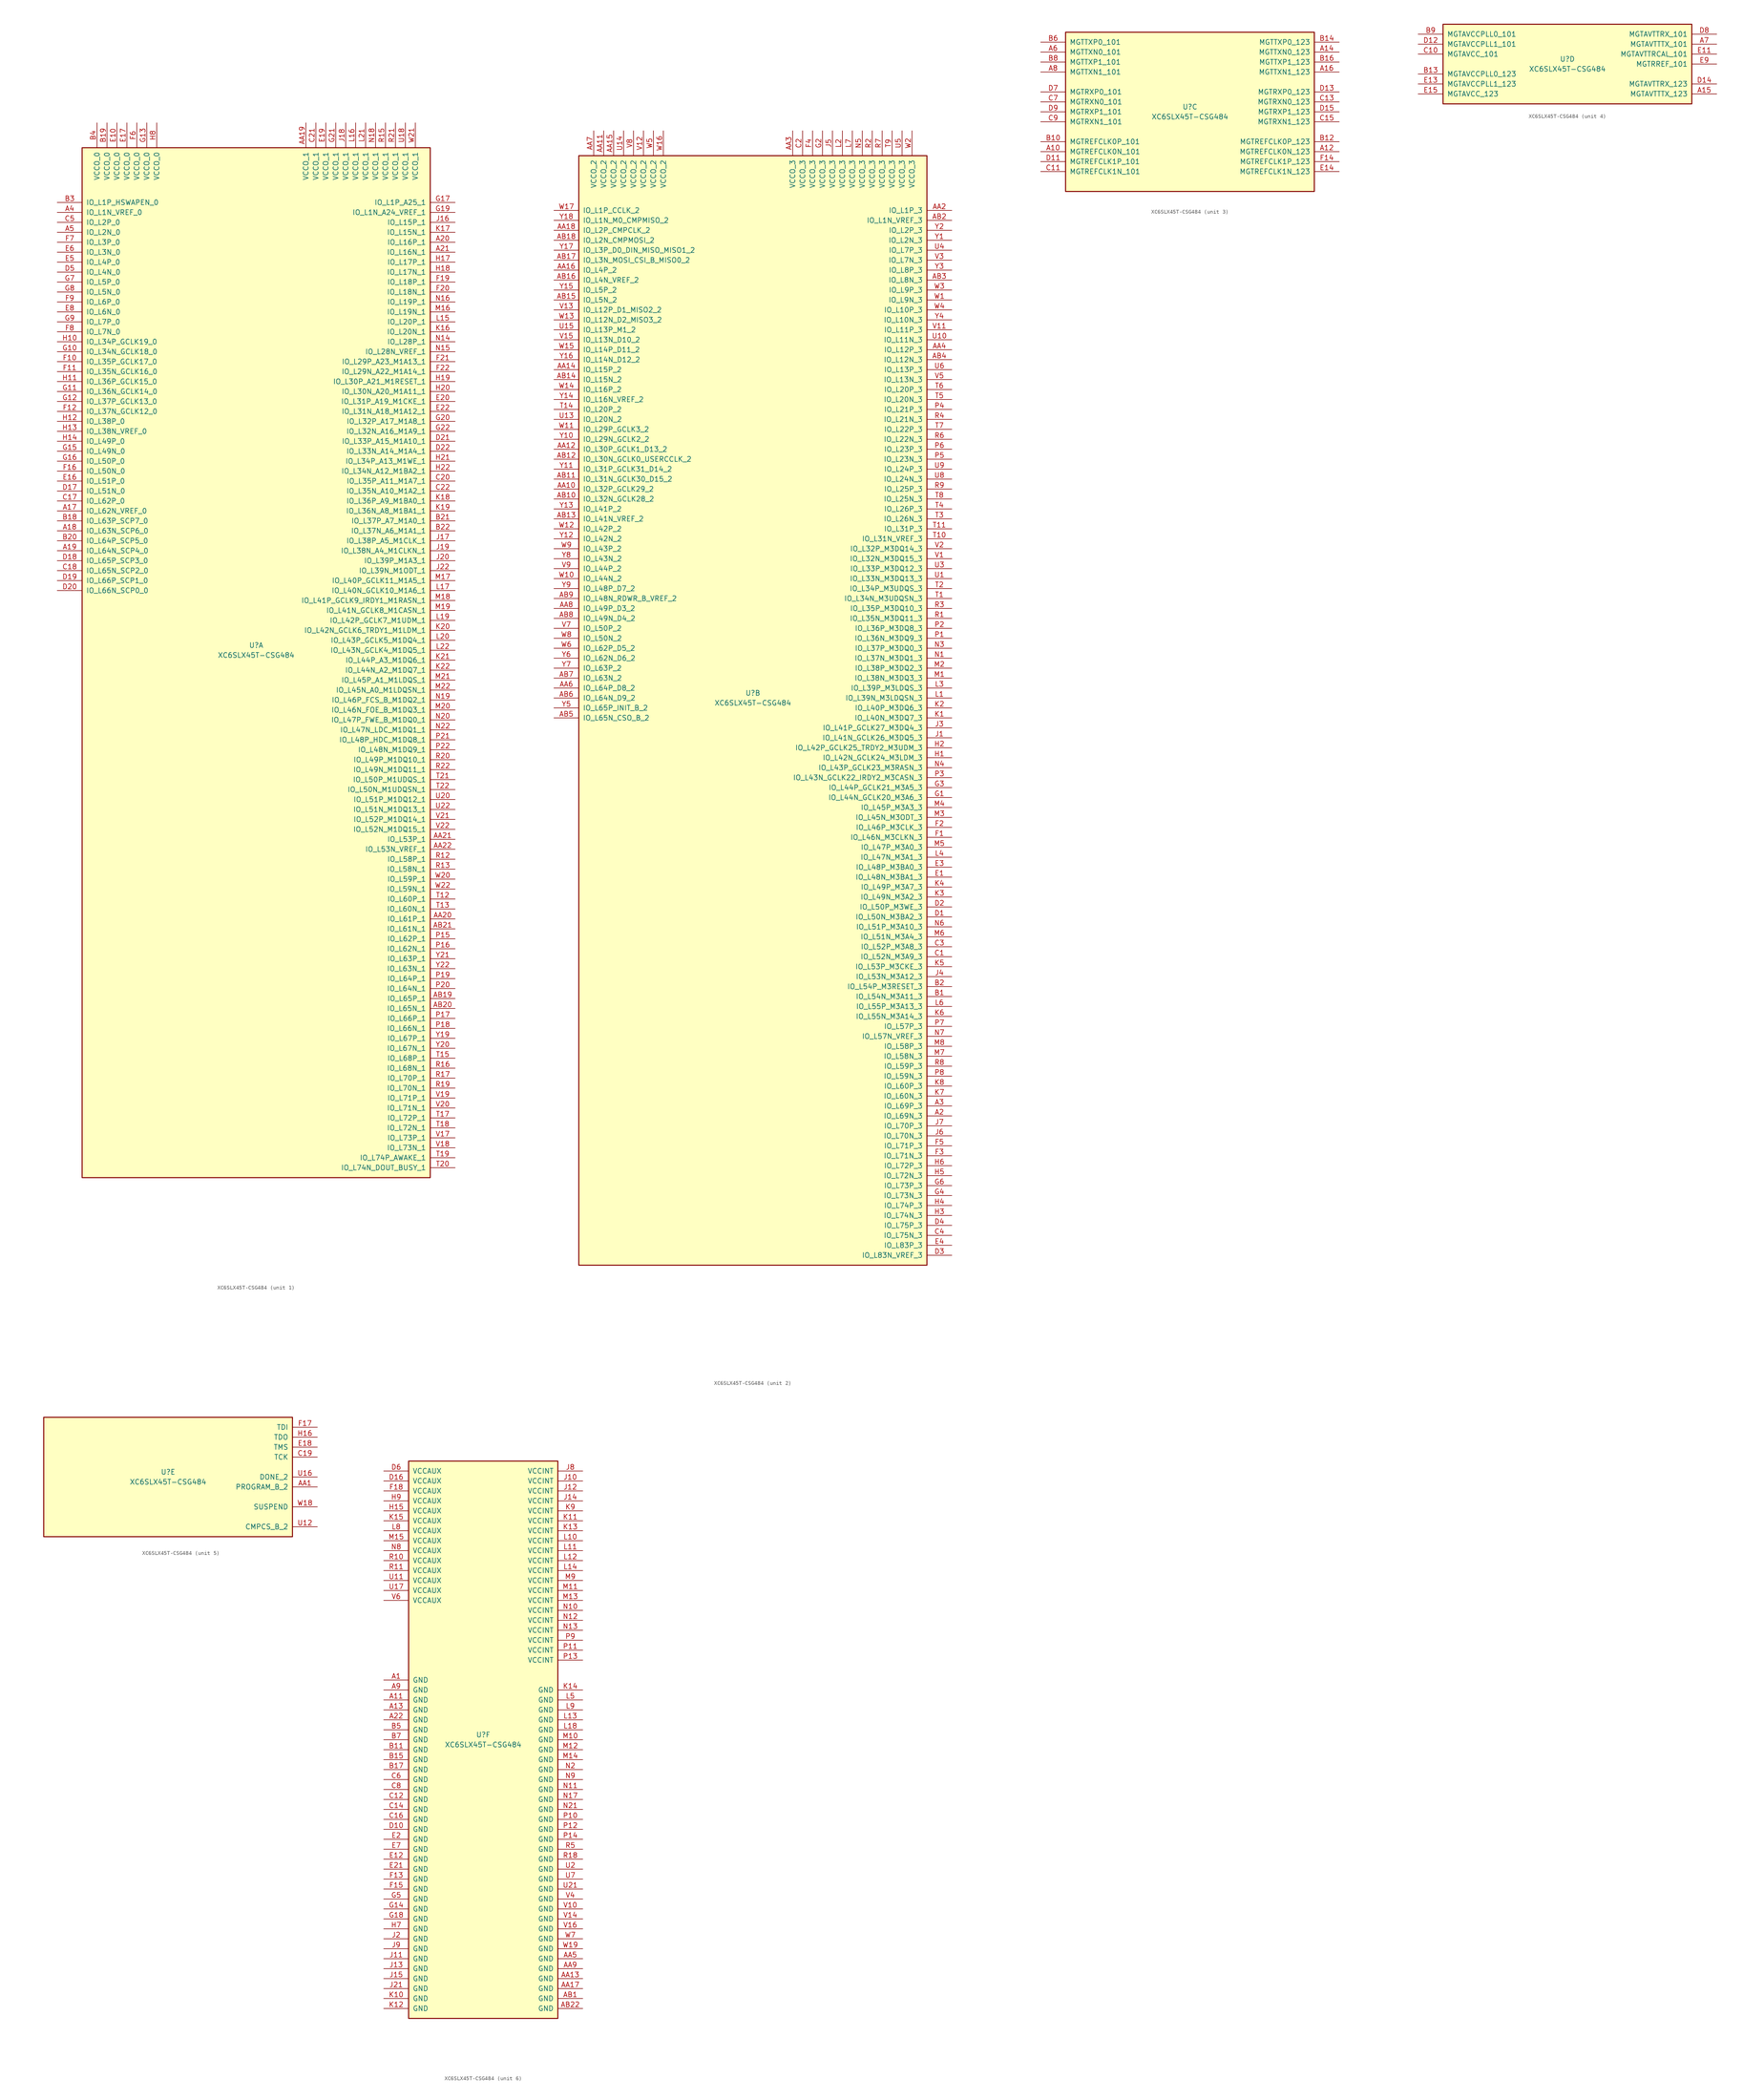
<source format=kicad_sym>
(kicad_symbol_lib
  (version 20220914)
  (generator kicad_symbol_editor)
  (symbol "XC6SLX45T-CSG484"
    (pin_names
      (offset 1.016))
    (property "Reference" "U"
      (at 0 1.27 0)
      (effects (font (size 1.27 1.27))))
    (property "Value" "XC6SLX45T-CSG484"
      (at 0 -1.27 0)
      (effects (font (size 1.27 1.27))))
    (property "Datasheet" ""
      (at 0 0 0)
      (effects (font (size 1.27 1.27))))
    (property "ki_locked" ""
      (at 0 0 0)
      (effects (font (size 1.27 1.27))))
    (symbol "XC6SLX45T-CSG484_1_1"
      (rectangle (start -44.45 128.27) (end 44.45 -134.62) (stroke (width 0.254) (type default)) (fill (type background)))
      (pin bidirectional line (at -50.8 35.56 0) (length 6.35) (name "IO_L62N_VREF_0" (effects (font (size 1.27 1.27)))) (number "A17" (effects (font (size 1.27 1.27)))))
      (pin bidirectional line (at -50.8 30.48 0) (length 6.35) (name "IO_L63N_SCP6_0" (effects (font (size 1.27 1.27)))) (number "A18" (effects (font (size 1.27 1.27)))))
      (pin bidirectional line (at -50.8 25.4 0) (length 6.35) (name "IO_L64N_SCP4_0" (effects (font (size 1.27 1.27)))) (number "A19" (effects (font (size 1.27 1.27)))))
      (pin bidirectional line (at 50.8 104.14 180) (length 6.35) (name "IO_L16P_1" (effects (font (size 1.27 1.27)))) (number "A20" (effects (font (size 1.27 1.27)))))
      (pin bidirectional line (at 50.8 101.6 180) (length 6.35) (name "IO_L16N_1" (effects (font (size 1.27 1.27)))) (number "A21" (effects (font (size 1.27 1.27)))))
      (pin bidirectional line (at -50.8 111.76 0) (length 6.35) (name "IO_L1N_VREF_0" (effects (font (size 1.27 1.27)))) (number "A4" (effects (font (size 1.27 1.27)))))
      (pin bidirectional line (at -50.8 106.68 0) (length 6.35) (name "IO_L2N_0" (effects (font (size 1.27 1.27)))) (number "A5" (effects (font (size 1.27 1.27)))))
      (pin power_in line (at 12.7 134.62 270) (length 6.35) (name "VCCO_1" (effects (font (size 1.27 1.27)))) (number "AA19" (effects (font (size 1.27 1.27)))))
      (pin bidirectional line (at 50.8 -68.58 180) (length 6.35) (name "IO_L61P_1" (effects (font (size 1.27 1.27)))) (number "AA20" (effects (font (size 1.27 1.27)))))
      (pin bidirectional line (at 50.8 -48.26 180) (length 6.35) (name "IO_L53P_1" (effects (font (size 1.27 1.27)))) (number "AA21" (effects (font (size 1.27 1.27)))))
      (pin bidirectional line (at 50.8 -50.8 180) (length 6.35) (name "IO_L53N_VREF_1" (effects (font (size 1.27 1.27)))) (number "AA22" (effects (font (size 1.27 1.27)))))
      (pin bidirectional line (at 50.8 -88.9 180) (length 6.35) (name "IO_L65P_1" (effects (font (size 1.27 1.27)))) (number "AB19" (effects (font (size 1.27 1.27)))))
      (pin bidirectional line (at 50.8 -91.44 180) (length 6.35) (name "IO_L65N_1" (effects (font (size 1.27 1.27)))) (number "AB20" (effects (font (size 1.27 1.27)))))
      (pin bidirectional line (at 50.8 -71.12 180) (length 6.35) (name "IO_L61N_1" (effects (font (size 1.27 1.27)))) (number "AB21" (effects (font (size 1.27 1.27)))))
      (pin bidirectional line (at -50.8 33.02 0) (length 6.35) (name "IO_L63P_SCP7_0" (effects (font (size 1.27 1.27)))) (number "B18" (effects (font (size 1.27 1.27)))))
      (pin power_in line (at -38.1 134.62 270) (length 6.35) (name "VCCO_0" (effects (font (size 1.27 1.27)))) (number "B19" (effects (font (size 1.27 1.27)))))
      (pin bidirectional line (at -50.8 27.94 0) (length 6.35) (name "IO_L64P_SCP5_0" (effects (font (size 1.27 1.27)))) (number "B20" (effects (font (size 1.27 1.27)))))
      (pin bidirectional line (at 50.8 33.02 180) (length 6.35) (name "IO_L37P_A7_M1A0_1" (effects (font (size 1.27 1.27)))) (number "B21" (effects (font (size 1.27 1.27)))))
      (pin bidirectional line (at 50.8 30.48 180) (length 6.35) (name "IO_L37N_A6_M1A1_1" (effects (font (size 1.27 1.27)))) (number "B22" (effects (font (size 1.27 1.27)))))
      (pin bidirectional line (at -50.8 114.3 0) (length 6.35) (name "IO_L1P_HSWAPEN_0" (effects (font (size 1.27 1.27)))) (number "B3" (effects (font (size 1.27 1.27)))))
      (pin power_in line (at -40.64 134.62 270) (length 6.35) (name "VCCO_0" (effects (font (size 1.27 1.27)))) (number "B4" (effects (font (size 1.27 1.27)))))
      (pin bidirectional line (at -50.8 38.1 0) (length 6.35) (name "IO_L62P_0" (effects (font (size 1.27 1.27)))) (number "C17" (effects (font (size 1.27 1.27)))))
      (pin bidirectional line (at -50.8 20.32 0) (length 6.35) (name "IO_L65N_SCP2_0" (effects (font (size 1.27 1.27)))) (number "C18" (effects (font (size 1.27 1.27)))))
      (pin bidirectional line (at 50.8 43.18 180) (length 6.35) (name "IO_L35P_A11_M1A7_1" (effects (font (size 1.27 1.27)))) (number "C20" (effects (font (size 1.27 1.27)))))
      (pin power_in line (at 15.24 134.62 270) (length 6.35) (name "VCCO_1" (effects (font (size 1.27 1.27)))) (number "C21" (effects (font (size 1.27 1.27)))))
      (pin bidirectional line (at 50.8 40.64 180) (length 6.35) (name "IO_L35N_A10_M1A2_1" (effects (font (size 1.27 1.27)))) (number "C22" (effects (font (size 1.27 1.27)))))
      (pin bidirectional line (at -50.8 109.22 0) (length 6.35) (name "IO_L2P_0" (effects (font (size 1.27 1.27)))) (number "C5" (effects (font (size 1.27 1.27)))))
      (pin bidirectional line (at -50.8 40.64 0) (length 6.35) (name "IO_L51N_0" (effects (font (size 1.27 1.27)))) (number "D17" (effects (font (size 1.27 1.27)))))
      (pin bidirectional line (at -50.8 22.86 0) (length 6.35) (name "IO_L65P_SCP3_0" (effects (font (size 1.27 1.27)))) (number "D18" (effects (font (size 1.27 1.27)))))
      (pin bidirectional line (at -50.8 17.78 0) (length 6.35) (name "IO_L66P_SCP1_0" (effects (font (size 1.27 1.27)))) (number "D19" (effects (font (size 1.27 1.27)))))
      (pin bidirectional line (at -50.8 15.24 0) (length 6.35) (name "IO_L66N_SCP0_0" (effects (font (size 1.27 1.27)))) (number "D20" (effects (font (size 1.27 1.27)))))
      (pin bidirectional line (at 50.8 53.34 180) (length 6.35) (name "IO_L33P_A15_M1A10_1" (effects (font (size 1.27 1.27)))) (number "D21" (effects (font (size 1.27 1.27)))))
      (pin bidirectional line (at 50.8 50.8 180) (length 6.35) (name "IO_L33N_A14_M1A4_1" (effects (font (size 1.27 1.27)))) (number "D22" (effects (font (size 1.27 1.27)))))
      (pin bidirectional line (at -50.8 96.52 0) (length 6.35) (name "IO_L4N_0" (effects (font (size 1.27 1.27)))) (number "D5" (effects (font (size 1.27 1.27)))))
      (pin power_in line (at -35.56 134.62 270) (length 6.35) (name "VCCO_0" (effects (font (size 1.27 1.27)))) (number "E10" (effects (font (size 1.27 1.27)))))
      (pin bidirectional line (at -50.8 43.18 0) (length 6.35) (name "IO_L51P_0" (effects (font (size 1.27 1.27)))) (number "E16" (effects (font (size 1.27 1.27)))))
      (pin power_in line (at -33.02 134.62 270) (length 6.35) (name "VCCO_0" (effects (font (size 1.27 1.27)))) (number "E17" (effects (font (size 1.27 1.27)))))
      (pin power_in line (at 17.78 134.62 270) (length 6.35) (name "VCCO_1" (effects (font (size 1.27 1.27)))) (number "E19" (effects (font (size 1.27 1.27)))))
      (pin bidirectional line (at 50.8 63.5 180) (length 6.35) (name "IO_L31P_A19_M1CKE_1" (effects (font (size 1.27 1.27)))) (number "E20" (effects (font (size 1.27 1.27)))))
      (pin bidirectional line (at 50.8 60.96 180) (length 6.35) (name "IO_L31N_A18_M1A12_1" (effects (font (size 1.27 1.27)))) (number "E22" (effects (font (size 1.27 1.27)))))
      (pin bidirectional line (at -50.8 99.06 0) (length 6.35) (name "IO_L4P_0" (effects (font (size 1.27 1.27)))) (number "E5" (effects (font (size 1.27 1.27)))))
      (pin bidirectional line (at -50.8 101.6 0) (length 6.35) (name "IO_L3N_0" (effects (font (size 1.27 1.27)))) (number "E6" (effects (font (size 1.27 1.27)))))
      (pin bidirectional line (at -50.8 86.36 0) (length 6.35) (name "IO_L6N_0" (effects (font (size 1.27 1.27)))) (number "E8" (effects (font (size 1.27 1.27)))))
      (pin bidirectional line (at -50.8 73.66 0) (length 6.35) (name "IO_L35P_GCLK17_0" (effects (font (size 1.27 1.27)))) (number "F10" (effects (font (size 1.27 1.27)))))
      (pin bidirectional line (at -50.8 71.12 0) (length 6.35) (name "IO_L35N_GCLK16_0" (effects (font (size 1.27 1.27)))) (number "F11" (effects (font (size 1.27 1.27)))))
      (pin bidirectional line (at -50.8 60.96 0) (length 6.35) (name "IO_L37N_GCLK12_0" (effects (font (size 1.27 1.27)))) (number "F12" (effects (font (size 1.27 1.27)))))
      (pin bidirectional line (at -50.8 45.72 0) (length 6.35) (name "IO_L50N_0" (effects (font (size 1.27 1.27)))) (number "F16" (effects (font (size 1.27 1.27)))))
      (pin bidirectional line (at 50.8 93.98 180) (length 6.35) (name "IO_L18P_1" (effects (font (size 1.27 1.27)))) (number "F19" (effects (font (size 1.27 1.27)))))
      (pin bidirectional line (at 50.8 91.44 180) (length 6.35) (name "IO_L18N_1" (effects (font (size 1.27 1.27)))) (number "F20" (effects (font (size 1.27 1.27)))))
      (pin bidirectional line (at 50.8 73.66 180) (length 6.35) (name "IO_L29P_A23_M1A13_1" (effects (font (size 1.27 1.27)))) (number "F21" (effects (font (size 1.27 1.27)))))
      (pin bidirectional line (at 50.8 71.12 180) (length 6.35) (name "IO_L29N_A22_M1A14_1" (effects (font (size 1.27 1.27)))) (number "F22" (effects (font (size 1.27 1.27)))))
      (pin power_in line (at -30.48 134.62 270) (length 6.35) (name "VCCO_0" (effects (font (size 1.27 1.27)))) (number "F6" (effects (font (size 1.27 1.27)))))
      (pin bidirectional line (at -50.8 104.14 0) (length 6.35) (name "IO_L3P_0" (effects (font (size 1.27 1.27)))) (number "F7" (effects (font (size 1.27 1.27)))))
      (pin bidirectional line (at -50.8 81.28 0) (length 6.35) (name "IO_L7N_0" (effects (font (size 1.27 1.27)))) (number "F8" (effects (font (size 1.27 1.27)))))
      (pin bidirectional line (at -50.8 88.9 0) (length 6.35) (name "IO_L6P_0" (effects (font (size 1.27 1.27)))) (number "F9" (effects (font (size 1.27 1.27)))))
      (pin bidirectional line (at -50.8 76.2 0) (length 6.35) (name "IO_L34N_GCLK18_0" (effects (font (size 1.27 1.27)))) (number "G10" (effects (font (size 1.27 1.27)))))
      (pin bidirectional line (at -50.8 66.04 0) (length 6.35) (name "IO_L36N_GCLK14_0" (effects (font (size 1.27 1.27)))) (number "G11" (effects (font (size 1.27 1.27)))))
      (pin bidirectional line (at -50.8 63.5 0) (length 6.35) (name "IO_L37P_GCLK13_0" (effects (font (size 1.27 1.27)))) (number "G12" (effects (font (size 1.27 1.27)))))
      (pin power_in line (at -27.94 134.62 270) (length 6.35) (name "VCCO_0" (effects (font (size 1.27 1.27)))) (number "G13" (effects (font (size 1.27 1.27)))))
      (pin bidirectional line (at -50.8 50.8 0) (length 6.35) (name "IO_L49N_0" (effects (font (size 1.27 1.27)))) (number "G15" (effects (font (size 1.27 1.27)))))
      (pin bidirectional line (at -50.8 48.26 0) (length 6.35) (name "IO_L50P_0" (effects (font (size 1.27 1.27)))) (number "G16" (effects (font (size 1.27 1.27)))))
      (pin bidirectional line (at 50.8 114.3 180) (length 6.35) (name "IO_L1P_A25_1" (effects (font (size 1.27 1.27)))) (number "G17" (effects (font (size 1.27 1.27)))))
      (pin bidirectional line (at 50.8 111.76 180) (length 6.35) (name "IO_L1N_A24_VREF_1" (effects (font (size 1.27 1.27)))) (number "G19" (effects (font (size 1.27 1.27)))))
      (pin bidirectional line (at 50.8 58.42 180) (length 6.35) (name "IO_L32P_A17_M1A8_1" (effects (font (size 1.27 1.27)))) (number "G20" (effects (font (size 1.27 1.27)))))
      (pin power_in line (at 20.32 134.62 270) (length 6.35) (name "VCCO_1" (effects (font (size 1.27 1.27)))) (number "G21" (effects (font (size 1.27 1.27)))))
      (pin bidirectional line (at 50.8 55.88 180) (length 6.35) (name "IO_L32N_A16_M1A9_1" (effects (font (size 1.27 1.27)))) (number "G22" (effects (font (size 1.27 1.27)))))
      (pin bidirectional line (at -50.8 93.98 0) (length 6.35) (name "IO_L5P_0" (effects (font (size 1.27 1.27)))) (number "G7" (effects (font (size 1.27 1.27)))))
      (pin bidirectional line (at -50.8 91.44 0) (length 6.35) (name "IO_L5N_0" (effects (font (size 1.27 1.27)))) (number "G8" (effects (font (size 1.27 1.27)))))
      (pin bidirectional line (at -50.8 83.82 0) (length 6.35) (name "IO_L7P_0" (effects (font (size 1.27 1.27)))) (number "G9" (effects (font (size 1.27 1.27)))))
      (pin bidirectional line (at -50.8 78.74 0) (length 6.35) (name "IO_L34P_GCLK19_0" (effects (font (size 1.27 1.27)))) (number "H10" (effects (font (size 1.27 1.27)))))
      (pin bidirectional line (at -50.8 68.58 0) (length 6.35) (name "IO_L36P_GCLK15_0" (effects (font (size 1.27 1.27)))) (number "H11" (effects (font (size 1.27 1.27)))))
      (pin bidirectional line (at -50.8 58.42 0) (length 6.35) (name "IO_L38P_0" (effects (font (size 1.27 1.27)))) (number "H12" (effects (font (size 1.27 1.27)))))
      (pin bidirectional line (at -50.8 55.88 0) (length 6.35) (name "IO_L38N_VREF_0" (effects (font (size 1.27 1.27)))) (number "H13" (effects (font (size 1.27 1.27)))))
      (pin bidirectional line (at -50.8 53.34 0) (length 6.35) (name "IO_L49P_0" (effects (font (size 1.27 1.27)))) (number "H14" (effects (font (size 1.27 1.27)))))
      (pin bidirectional line (at 50.8 99.06 180) (length 6.35) (name "IO_L17P_1" (effects (font (size 1.27 1.27)))) (number "H17" (effects (font (size 1.27 1.27)))))
      (pin bidirectional line (at 50.8 96.52 180) (length 6.35) (name "IO_L17N_1" (effects (font (size 1.27 1.27)))) (number "H18" (effects (font (size 1.27 1.27)))))
      (pin bidirectional line (at 50.8 68.58 180) (length 6.35) (name "IO_L30P_A21_M1RESET_1" (effects (font (size 1.27 1.27)))) (number "H19" (effects (font (size 1.27 1.27)))))
      (pin bidirectional line (at 50.8 66.04 180) (length 6.35) (name "IO_L30N_A20_M1A11_1" (effects (font (size 1.27 1.27)))) (number "H20" (effects (font (size 1.27 1.27)))))
      (pin bidirectional line (at 50.8 48.26 180) (length 6.35) (name "IO_L34P_A13_M1WE_1" (effects (font (size 1.27 1.27)))) (number "H21" (effects (font (size 1.27 1.27)))))
      (pin bidirectional line (at 50.8 45.72 180) (length 6.35) (name "IO_L34N_A12_M1BA2_1" (effects (font (size 1.27 1.27)))) (number "H22" (effects (font (size 1.27 1.27)))))
      (pin power_in line (at -25.4 134.62 270) (length 6.35) (name "VCCO_0" (effects (font (size 1.27 1.27)))) (number "H8" (effects (font (size 1.27 1.27)))))
      (pin bidirectional line (at 50.8 109.22 180) (length 6.35) (name "IO_L15P_1" (effects (font (size 1.27 1.27)))) (number "J16" (effects (font (size 1.27 1.27)))))
      (pin bidirectional line (at 50.8 27.94 180) (length 6.35) (name "IO_L38P_A5_M1CLK_1" (effects (font (size 1.27 1.27)))) (number "J17" (effects (font (size 1.27 1.27)))))
      (pin power_in line (at 22.86 134.62 270) (length 6.35) (name "VCCO_1" (effects (font (size 1.27 1.27)))) (number "J18" (effects (font (size 1.27 1.27)))))
      (pin bidirectional line (at 50.8 25.4 180) (length 6.35) (name "IO_L38N_A4_M1CLKN_1" (effects (font (size 1.27 1.27)))) (number "J19" (effects (font (size 1.27 1.27)))))
      (pin bidirectional line (at 50.8 22.86 180) (length 6.35) (name "IO_L39P_M1A3_1" (effects (font (size 1.27 1.27)))) (number "J20" (effects (font (size 1.27 1.27)))))
      (pin bidirectional line (at 50.8 20.32 180) (length 6.35) (name "IO_L39N_M1ODT_1" (effects (font (size 1.27 1.27)))) (number "J22" (effects (font (size 1.27 1.27)))))
      (pin bidirectional line (at 50.8 81.28 180) (length 6.35) (name "IO_L20N_1" (effects (font (size 1.27 1.27)))) (number "K16" (effects (font (size 1.27 1.27)))))
      (pin bidirectional line (at 50.8 106.68 180) (length 6.35) (name "IO_L15N_1" (effects (font (size 1.27 1.27)))) (number "K17" (effects (font (size 1.27 1.27)))))
      (pin bidirectional line (at 50.8 38.1 180) (length 6.35) (name "IO_L36P_A9_M1BA0_1" (effects (font (size 1.27 1.27)))) (number "K18" (effects (font (size 1.27 1.27)))))
      (pin bidirectional line (at 50.8 35.56 180) (length 6.35) (name "IO_L36N_A8_M1BA1_1" (effects (font (size 1.27 1.27)))) (number "K19" (effects (font (size 1.27 1.27)))))
      (pin bidirectional line (at 50.8 5.08 180) (length 6.35) (name "IO_L42N_GCLK6_TRDY1_M1LDM_1" (effects (font (size 1.27 1.27)))) (number "K20" (effects (font (size 1.27 1.27)))))
      (pin bidirectional line (at 50.8 -2.54 180) (length 6.35) (name "IO_L44P_A3_M1DQ6_1" (effects (font (size 1.27 1.27)))) (number "K21" (effects (font (size 1.27 1.27)))))
      (pin bidirectional line (at 50.8 -5.08 180) (length 6.35) (name "IO_L44N_A2_M1DQ7_1" (effects (font (size 1.27 1.27)))) (number "K22" (effects (font (size 1.27 1.27)))))
      (pin bidirectional line (at 50.8 83.82 180) (length 6.35) (name "IO_L20P_1" (effects (font (size 1.27 1.27)))) (number "L15" (effects (font (size 1.27 1.27)))))
      (pin power_in line (at 25.4 134.62 270) (length 6.35) (name "VCCO_1" (effects (font (size 1.27 1.27)))) (number "L16" (effects (font (size 1.27 1.27)))))
      (pin bidirectional line (at 50.8 15.24 180) (length 6.35) (name "IO_L40N_GCLK10_M1A6_1" (effects (font (size 1.27 1.27)))) (number "L17" (effects (font (size 1.27 1.27)))))
      (pin bidirectional line (at 50.8 7.62 180) (length 6.35) (name "IO_L42P_GCLK7_M1UDM_1" (effects (font (size 1.27 1.27)))) (number "L19" (effects (font (size 1.27 1.27)))))
      (pin bidirectional line (at 50.8 2.54 180) (length 6.35) (name "IO_L43P_GCLK5_M1DQ4_1" (effects (font (size 1.27 1.27)))) (number "L20" (effects (font (size 1.27 1.27)))))
      (pin power_in line (at 27.94 134.62 270) (length 6.35) (name "VCCO_1" (effects (font (size 1.27 1.27)))) (number "L21" (effects (font (size 1.27 1.27)))))
      (pin bidirectional line (at 50.8 0 180) (length 6.35) (name "IO_L43N_GCLK4_M1DQ5_1" (effects (font (size 1.27 1.27)))) (number "L22" (effects (font (size 1.27 1.27)))))
      (pin bidirectional line (at 50.8 86.36 180) (length 6.35) (name "IO_L19N_1" (effects (font (size 1.27 1.27)))) (number "M16" (effects (font (size 1.27 1.27)))))
      (pin bidirectional line (at 50.8 17.78 180) (length 6.35) (name "IO_L40P_GCLK11_M1A5_1" (effects (font (size 1.27 1.27)))) (number "M17" (effects (font (size 1.27 1.27)))))
      (pin bidirectional line (at 50.8 12.7 180) (length 6.35) (name "IO_L41P_GCLK9_IRDY1_M1RASN_1" (effects (font (size 1.27 1.27)))) (number "M18" (effects (font (size 1.27 1.27)))))
      (pin bidirectional line (at 50.8 10.16 180) (length 6.35) (name "IO_L41N_GCLK8_M1CASN_1" (effects (font (size 1.27 1.27)))) (number "M19" (effects (font (size 1.27 1.27)))))
      (pin bidirectional line (at 50.8 -15.24 180) (length 6.35) (name "IO_L46N_FOE_B_M1DQ3_1" (effects (font (size 1.27 1.27)))) (number "M20" (effects (font (size 1.27 1.27)))))
      (pin bidirectional line (at 50.8 -7.62 180) (length 6.35) (name "IO_L45P_A1_M1LDQS_1" (effects (font (size 1.27 1.27)))) (number "M21" (effects (font (size 1.27 1.27)))))
      (pin bidirectional line (at 50.8 -10.16 180) (length 6.35) (name "IO_L45N_A0_M1LDQSN_1" (effects (font (size 1.27 1.27)))) (number "M22" (effects (font (size 1.27 1.27)))))
      (pin bidirectional line (at 50.8 78.74 180) (length 6.35) (name "IO_L28P_1" (effects (font (size 1.27 1.27)))) (number "N14" (effects (font (size 1.27 1.27)))))
      (pin bidirectional line (at 50.8 76.2 180) (length 6.35) (name "IO_L28N_VREF_1" (effects (font (size 1.27 1.27)))) (number "N15" (effects (font (size 1.27 1.27)))))
      (pin bidirectional line (at 50.8 88.9 180) (length 6.35) (name "IO_L19P_1" (effects (font (size 1.27 1.27)))) (number "N16" (effects (font (size 1.27 1.27)))))
      (pin power_in line (at 30.48 134.62 270) (length 6.35) (name "VCCO_1" (effects (font (size 1.27 1.27)))) (number "N18" (effects (font (size 1.27 1.27)))))
      (pin bidirectional line (at 50.8 -12.7 180) (length 6.35) (name "IO_L46P_FCS_B_M1DQ2_1" (effects (font (size 1.27 1.27)))) (number "N19" (effects (font (size 1.27 1.27)))))
      (pin bidirectional line (at 50.8 -17.78 180) (length 6.35) (name "IO_L47P_FWE_B_M1DQ0_1" (effects (font (size 1.27 1.27)))) (number "N20" (effects (font (size 1.27 1.27)))))
      (pin bidirectional line (at 50.8 -20.32 180) (length 6.35) (name "IO_L47N_LDC_M1DQ1_1" (effects (font (size 1.27 1.27)))) (number "N22" (effects (font (size 1.27 1.27)))))
      (pin bidirectional line (at 50.8 -73.66 180) (length 6.35) (name "IO_L62P_1" (effects (font (size 1.27 1.27)))) (number "P15" (effects (font (size 1.27 1.27)))))
      (pin bidirectional line (at 50.8 -76.2 180) (length 6.35) (name "IO_L62N_1" (effects (font (size 1.27 1.27)))) (number "P16" (effects (font (size 1.27 1.27)))))
      (pin bidirectional line (at 50.8 -93.98 180) (length 6.35) (name "IO_L66P_1" (effects (font (size 1.27 1.27)))) (number "P17" (effects (font (size 1.27 1.27)))))
      (pin bidirectional line (at 50.8 -96.52 180) (length 6.35) (name "IO_L66N_1" (effects (font (size 1.27 1.27)))) (number "P18" (effects (font (size 1.27 1.27)))))
      (pin bidirectional line (at 50.8 -83.82 180) (length 6.35) (name "IO_L64P_1" (effects (font (size 1.27 1.27)))) (number "P19" (effects (font (size 1.27 1.27)))))
      (pin bidirectional line (at 50.8 -86.36 180) (length 6.35) (name "IO_L64N_1" (effects (font (size 1.27 1.27)))) (number "P20" (effects (font (size 1.27 1.27)))))
      (pin bidirectional line (at 50.8 -22.86 180) (length 6.35) (name "IO_L48P_HDC_M1DQ8_1" (effects (font (size 1.27 1.27)))) (number "P21" (effects (font (size 1.27 1.27)))))
      (pin bidirectional line (at 50.8 -25.4 180) (length 6.35) (name "IO_L48N_M1DQ9_1" (effects (font (size 1.27 1.27)))) (number "P22" (effects (font (size 1.27 1.27)))))
      (pin bidirectional line (at 50.8 -53.34 180) (length 6.35) (name "IO_L58P_1" (effects (font (size 1.27 1.27)))) (number "R12" (effects (font (size 1.27 1.27)))))
      (pin bidirectional line (at 50.8 -55.88 180) (length 6.35) (name "IO_L58N_1" (effects (font (size 1.27 1.27)))) (number "R13" (effects (font (size 1.27 1.27)))))
      (pin power_in line (at 33.02 134.62 270) (length 6.35) (name "VCCO_1" (effects (font (size 1.27 1.27)))) (number "R15" (effects (font (size 1.27 1.27)))))
      (pin bidirectional line (at 50.8 -106.68 180) (length 6.35) (name "IO_L68N_1" (effects (font (size 1.27 1.27)))) (number "R16" (effects (font (size 1.27 1.27)))))
      (pin bidirectional line (at 50.8 -109.22 180) (length 6.35) (name "IO_L70P_1" (effects (font (size 1.27 1.27)))) (number "R17" (effects (font (size 1.27 1.27)))))
      (pin bidirectional line (at 50.8 -111.76 180) (length 6.35) (name "IO_L70N_1" (effects (font (size 1.27 1.27)))) (number "R19" (effects (font (size 1.27 1.27)))))
      (pin bidirectional line (at 50.8 -27.94 180) (length 6.35) (name "IO_L49P_M1DQ10_1" (effects (font (size 1.27 1.27)))) (number "R20" (effects (font (size 1.27 1.27)))))
      (pin power_in line (at 35.56 134.62 270) (length 6.35) (name "VCCO_1" (effects (font (size 1.27 1.27)))) (number "R21" (effects (font (size 1.27 1.27)))))
      (pin bidirectional line (at 50.8 -30.48 180) (length 6.35) (name "IO_L49N_M1DQ11_1" (effects (font (size 1.27 1.27)))) (number "R22" (effects (font (size 1.27 1.27)))))
      (pin bidirectional line (at 50.8 -63.5 180) (length 6.35) (name "IO_L60P_1" (effects (font (size 1.27 1.27)))) (number "T12" (effects (font (size 1.27 1.27)))))
      (pin bidirectional line (at 50.8 -66.04 180) (length 6.35) (name "IO_L60N_1" (effects (font (size 1.27 1.27)))) (number "T13" (effects (font (size 1.27 1.27)))))
      (pin bidirectional line (at 50.8 -104.14 180) (length 6.35) (name "IO_L68P_1" (effects (font (size 1.27 1.27)))) (number "T15" (effects (font (size 1.27 1.27)))))
      (pin bidirectional line (at 50.8 -119.38 180) (length 6.35) (name "IO_L72P_1" (effects (font (size 1.27 1.27)))) (number "T17" (effects (font (size 1.27 1.27)))))
      (pin bidirectional line (at 50.8 -121.92 180) (length 6.35) (name "IO_L72N_1" (effects (font (size 1.27 1.27)))) (number "T18" (effects (font (size 1.27 1.27)))))
      (pin bidirectional line (at 50.8 -129.54 180) (length 6.35) (name "IO_L74P_AWAKE_1" (effects (font (size 1.27 1.27)))) (number "T19" (effects (font (size 1.27 1.27)))))
      (pin bidirectional line (at 50.8 -132.08 180) (length 6.35) (name "IO_L74N_DOUT_BUSY_1" (effects (font (size 1.27 1.27)))) (number "T20" (effects (font (size 1.27 1.27)))))
      (pin bidirectional line (at 50.8 -33.02 180) (length 6.35) (name "IO_L50P_M1UDQS_1" (effects (font (size 1.27 1.27)))) (number "T21" (effects (font (size 1.27 1.27)))))
      (pin bidirectional line (at 50.8 -35.56 180) (length 6.35) (name "IO_L50N_M1UDQSN_1" (effects (font (size 1.27 1.27)))) (number "T22" (effects (font (size 1.27 1.27)))))
      (pin power_in line (at 38.1 134.62 270) (length 6.35) (name "VCCO_1" (effects (font (size 1.27 1.27)))) (number "U18" (effects (font (size 1.27 1.27)))))
      (pin bidirectional line (at 50.8 -38.1 180) (length 6.35) (name "IO_L51P_M1DQ12_1" (effects (font (size 1.27 1.27)))) (number "U20" (effects (font (size 1.27 1.27)))))
      (pin bidirectional line (at 50.8 -40.64 180) (length 6.35) (name "IO_L51N_M1DQ13_1" (effects (font (size 1.27 1.27)))) (number "U22" (effects (font (size 1.27 1.27)))))
      (pin bidirectional line (at 50.8 -124.46 180) (length 6.35) (name "IO_L73P_1" (effects (font (size 1.27 1.27)))) (number "V17" (effects (font (size 1.27 1.27)))))
      (pin bidirectional line (at 50.8 -127 180) (length 6.35) (name "IO_L73N_1" (effects (font (size 1.27 1.27)))) (number "V18" (effects (font (size 1.27 1.27)))))
      (pin bidirectional line (at 50.8 -114.3 180) (length 6.35) (name "IO_L71P_1" (effects (font (size 1.27 1.27)))) (number "V19" (effects (font (size 1.27 1.27)))))
      (pin bidirectional line (at 50.8 -116.84 180) (length 6.35) (name "IO_L71N_1" (effects (font (size 1.27 1.27)))) (number "V20" (effects (font (size 1.27 1.27)))))
      (pin bidirectional line (at 50.8 -43.18 180) (length 6.35) (name "IO_L52P_M1DQ14_1" (effects (font (size 1.27 1.27)))) (number "V21" (effects (font (size 1.27 1.27)))))
      (pin bidirectional line (at 50.8 -45.72 180) (length 6.35) (name "IO_L52N_M1DQ15_1" (effects (font (size 1.27 1.27)))) (number "V22" (effects (font (size 1.27 1.27)))))
      (pin bidirectional line (at 50.8 -58.42 180) (length 6.35) (name "IO_L59P_1" (effects (font (size 1.27 1.27)))) (number "W20" (effects (font (size 1.27 1.27)))))
      (pin power_in line (at 40.64 134.62 270) (length 6.35) (name "VCCO_1" (effects (font (size 1.27 1.27)))) (number "W21" (effects (font (size 1.27 1.27)))))
      (pin bidirectional line (at 50.8 -60.96 180) (length 6.35) (name "IO_L59N_1" (effects (font (size 1.27 1.27)))) (number "W22" (effects (font (size 1.27 1.27)))))
      (pin bidirectional line (at 50.8 -99.06 180) (length 6.35) (name "IO_L67P_1" (effects (font (size 1.27 1.27)))) (number "Y19" (effects (font (size 1.27 1.27)))))
      (pin bidirectional line (at 50.8 -101.6 180) (length 6.35) (name "IO_L67N_1" (effects (font (size 1.27 1.27)))) (number "Y20" (effects (font (size 1.27 1.27)))))
      (pin bidirectional line (at 50.8 -78.74 180) (length 6.35) (name "IO_L63P_1" (effects (font (size 1.27 1.27)))) (number "Y21" (effects (font (size 1.27 1.27)))))
      (pin bidirectional line (at 50.8 -81.28 180) (length 6.35) (name "IO_L63N_1" (effects (font (size 1.27 1.27)))) (number "Y22" (effects (font (size 1.27 1.27))))))
    (symbol "XC6SLX45T-CSG484_2_1"
      (rectangle (start -44.45 138.43) (end 44.45 -144.78) (stroke (width 0.254) (type default)) (fill (type background)))
      (pin bidirectional line (at 50.8 -106.68 180) (length 6.35) (name "IO_L69N_3" (effects (font (size 1.27 1.27)))) (number "A2" (effects (font (size 1.27 1.27)))))
      (pin bidirectional line (at 50.8 -104.14 180) (length 6.35) (name "IO_L69P_3" (effects (font (size 1.27 1.27)))) (number "A3" (effects (font (size 1.27 1.27)))))
      (pin bidirectional line (at -50.8 53.34 0) (length 6.35) (name "IO_L32P_GCLK29_2" (effects (font (size 1.27 1.27)))) (number "AA10" (effects (font (size 1.27 1.27)))))
      (pin power_in line (at -38.1 144.78 270) (length 6.35) (name "VCCO_2" (effects (font (size 1.27 1.27)))) (number "AA11" (effects (font (size 1.27 1.27)))))
      (pin bidirectional line (at -50.8 63.5 0) (length 6.35) (name "IO_L30P_GCLK1_D13_2" (effects (font (size 1.27 1.27)))) (number "AA12" (effects (font (size 1.27 1.27)))))
      (pin bidirectional line (at -50.8 83.82 0) (length 6.35) (name "IO_L15P_2" (effects (font (size 1.27 1.27)))) (number "AA14" (effects (font (size 1.27 1.27)))))
      (pin power_in line (at -35.56 144.78 270) (length 6.35) (name "VCCO_2" (effects (font (size 1.27 1.27)))) (number "AA15" (effects (font (size 1.27 1.27)))))
      (pin bidirectional line (at -50.8 109.22 0) (length 6.35) (name "IO_L4P_2" (effects (font (size 1.27 1.27)))) (number "AA16" (effects (font (size 1.27 1.27)))))
      (pin bidirectional line (at -50.8 119.38 0) (length 6.35) (name "IO_L2P_CMPCLK_2" (effects (font (size 1.27 1.27)))) (number "AA18" (effects (font (size 1.27 1.27)))))
      (pin bidirectional line (at 50.8 124.46 180) (length 6.35) (name "IO_L1P_3" (effects (font (size 1.27 1.27)))) (number "AA2" (effects (font (size 1.27 1.27)))))
      (pin power_in line (at 10.16 144.78 270) (length 6.35) (name "VCCO_3" (effects (font (size 1.27 1.27)))) (number "AA3" (effects (font (size 1.27 1.27)))))
      (pin bidirectional line (at 50.8 88.9 180) (length 6.35) (name "IO_L12P_3" (effects (font (size 1.27 1.27)))) (number "AA4" (effects (font (size 1.27 1.27)))))
      (pin bidirectional line (at -50.8 2.54 0) (length 6.35) (name "IO_L64P_D8_2" (effects (font (size 1.27 1.27)))) (number "AA6" (effects (font (size 1.27 1.27)))))
      (pin power_in line (at -40.64 144.78 270) (length 6.35) (name "VCCO_2" (effects (font (size 1.27 1.27)))) (number "AA7" (effects (font (size 1.27 1.27)))))
      (pin bidirectional line (at -50.8 22.86 0) (length 6.35) (name "IO_L49P_D3_2" (effects (font (size 1.27 1.27)))) (number "AA8" (effects (font (size 1.27 1.27)))))
      (pin bidirectional line (at -50.8 50.8 0) (length 6.35) (name "IO_L32N_GCLK28_2" (effects (font (size 1.27 1.27)))) (number "AB10" (effects (font (size 1.27 1.27)))))
      (pin bidirectional line (at -50.8 55.88 0) (length 6.35) (name "IO_L31N_GCLK30_D15_2" (effects (font (size 1.27 1.27)))) (number "AB11" (effects (font (size 1.27 1.27)))))
      (pin bidirectional line (at -50.8 60.96 0) (length 6.35) (name "IO_L30N_GCLK0_USERCCLK_2" (effects (font (size 1.27 1.27)))) (number "AB12" (effects (font (size 1.27 1.27)))))
      (pin bidirectional line (at -50.8 45.72 0) (length 6.35) (name "IO_L41N_VREF_2" (effects (font (size 1.27 1.27)))) (number "AB13" (effects (font (size 1.27 1.27)))))
      (pin bidirectional line (at -50.8 81.28 0) (length 6.35) (name "IO_L15N_2" (effects (font (size 1.27 1.27)))) (number "AB14" (effects (font (size 1.27 1.27)))))
      (pin bidirectional line (at -50.8 101.6 0) (length 6.35) (name "IO_L5N_2" (effects (font (size 1.27 1.27)))) (number "AB15" (effects (font (size 1.27 1.27)))))
      (pin bidirectional line (at -50.8 106.68 0) (length 6.35) (name "IO_L4N_VREF_2" (effects (font (size 1.27 1.27)))) (number "AB16" (effects (font (size 1.27 1.27)))))
      (pin bidirectional line (at -50.8 111.76 0) (length 6.35) (name "IO_L3N_MOSI_CSI_B_MISO0_2" (effects (font (size 1.27 1.27)))) (number "AB17" (effects (font (size 1.27 1.27)))))
      (pin bidirectional line (at -50.8 116.84 0) (length 6.35) (name "IO_L2N_CMPMOSI_2" (effects (font (size 1.27 1.27)))) (number "AB18" (effects (font (size 1.27 1.27)))))
      (pin bidirectional line (at 50.8 121.92 180) (length 6.35) (name "IO_L1N_VREF_3" (effects (font (size 1.27 1.27)))) (number "AB2" (effects (font (size 1.27 1.27)))))
      (pin bidirectional line (at 50.8 106.68 180) (length 6.35) (name "IO_L8N_3" (effects (font (size 1.27 1.27)))) (number "AB3" (effects (font (size 1.27 1.27)))))
      (pin bidirectional line (at 50.8 86.36 180) (length 6.35) (name "IO_L12N_3" (effects (font (size 1.27 1.27)))) (number "AB4" (effects (font (size 1.27 1.27)))))
      (pin bidirectional line (at -50.8 -5.08 0) (length 6.35) (name "IO_L65N_CSO_B_2" (effects (font (size 1.27 1.27)))) (number "AB5" (effects (font (size 1.27 1.27)))))
      (pin bidirectional line (at -50.8 0 0) (length 6.35) (name "IO_L64N_D9_2" (effects (font (size 1.27 1.27)))) (number "AB6" (effects (font (size 1.27 1.27)))))
      (pin bidirectional line (at -50.8 5.08 0) (length 6.35) (name "IO_L63N_2" (effects (font (size 1.27 1.27)))) (number "AB7" (effects (font (size 1.27 1.27)))))
      (pin bidirectional line (at -50.8 20.32 0) (length 6.35) (name "IO_L49N_D4_2" (effects (font (size 1.27 1.27)))) (number "AB8" (effects (font (size 1.27 1.27)))))
      (pin bidirectional line (at -50.8 25.4 0) (length 6.35) (name "IO_L48N_RDWR_B_VREF_2" (effects (font (size 1.27 1.27)))) (number "AB9" (effects (font (size 1.27 1.27)))))
      (pin bidirectional line (at 50.8 -76.2 180) (length 6.35) (name "IO_L54N_M3A11_3" (effects (font (size 1.27 1.27)))) (number "B1" (effects (font (size 1.27 1.27)))))
      (pin bidirectional line (at 50.8 -73.66 180) (length 6.35) (name "IO_L54P_M3RESET_3" (effects (font (size 1.27 1.27)))) (number "B2" (effects (font (size 1.27 1.27)))))
      (pin bidirectional line (at 50.8 -66.04 180) (length 6.35) (name "IO_L52N_M3A9_3" (effects (font (size 1.27 1.27)))) (number "C1" (effects (font (size 1.27 1.27)))))
      (pin power_in line (at 12.7 144.78 270) (length 6.35) (name "VCCO_3" (effects (font (size 1.27 1.27)))) (number "C2" (effects (font (size 1.27 1.27)))))
      (pin bidirectional line (at 50.8 -63.5 180) (length 6.35) (name "IO_L52P_M3A8_3" (effects (font (size 1.27 1.27)))) (number "C3" (effects (font (size 1.27 1.27)))))
      (pin bidirectional line (at 50.8 -137.16 180) (length 6.35) (name "IO_L75N_3" (effects (font (size 1.27 1.27)))) (number "C4" (effects (font (size 1.27 1.27)))))
      (pin bidirectional line (at 50.8 -55.88 180) (length 6.35) (name "IO_L50N_M3BA2_3" (effects (font (size 1.27 1.27)))) (number "D1" (effects (font (size 1.27 1.27)))))
      (pin bidirectional line (at 50.8 -53.34 180) (length 6.35) (name "IO_L50P_M3WE_3" (effects (font (size 1.27 1.27)))) (number "D2" (effects (font (size 1.27 1.27)))))
      (pin bidirectional line (at 50.8 -142.24 180) (length 6.35) (name "IO_L83N_VREF_3" (effects (font (size 1.27 1.27)))) (number "D3" (effects (font (size 1.27 1.27)))))
      (pin bidirectional line (at 50.8 -134.62 180) (length 6.35) (name "IO_L75P_3" (effects (font (size 1.27 1.27)))) (number "D4" (effects (font (size 1.27 1.27)))))
      (pin bidirectional line (at 50.8 -45.72 180) (length 6.35) (name "IO_L48N_M3BA1_3" (effects (font (size 1.27 1.27)))) (number "E1" (effects (font (size 1.27 1.27)))))
      (pin bidirectional line (at 50.8 -43.18 180) (length 6.35) (name "IO_L48P_M3BA0_3" (effects (font (size 1.27 1.27)))) (number "E3" (effects (font (size 1.27 1.27)))))
      (pin bidirectional line (at 50.8 -139.7 180) (length 6.35) (name "IO_L83P_3" (effects (font (size 1.27 1.27)))) (number "E4" (effects (font (size 1.27 1.27)))))
      (pin bidirectional line (at 50.8 -35.56 180) (length 6.35) (name "IO_L46N_M3CLKN_3" (effects (font (size 1.27 1.27)))) (number "F1" (effects (font (size 1.27 1.27)))))
      (pin bidirectional line (at 50.8 -33.02 180) (length 6.35) (name "IO_L46P_M3CLK_3" (effects (font (size 1.27 1.27)))) (number "F2" (effects (font (size 1.27 1.27)))))
      (pin bidirectional line (at 50.8 -116.84 180) (length 6.35) (name "IO_L71N_3" (effects (font (size 1.27 1.27)))) (number "F3" (effects (font (size 1.27 1.27)))))
      (pin power_in line (at 15.24 144.78 270) (length 6.35) (name "VCCO_3" (effects (font (size 1.27 1.27)))) (number "F4" (effects (font (size 1.27 1.27)))))
      (pin bidirectional line (at 50.8 -114.3 180) (length 6.35) (name "IO_L71P_3" (effects (font (size 1.27 1.27)))) (number "F5" (effects (font (size 1.27 1.27)))))
      (pin bidirectional line (at 50.8 -25.4 180) (length 6.35) (name "IO_L44N_GCLK20_M3A6_3" (effects (font (size 1.27 1.27)))) (number "G1" (effects (font (size 1.27 1.27)))))
      (pin power_in line (at 17.78 144.78 270) (length 6.35) (name "VCCO_3" (effects (font (size 1.27 1.27)))) (number "G2" (effects (font (size 1.27 1.27)))))
      (pin bidirectional line (at 50.8 -22.86 180) (length 6.35) (name "IO_L44P_GCLK21_M3A5_3" (effects (font (size 1.27 1.27)))) (number "G3" (effects (font (size 1.27 1.27)))))
      (pin bidirectional line (at 50.8 -127 180) (length 6.35) (name "IO_L73N_3" (effects (font (size 1.27 1.27)))) (number "G4" (effects (font (size 1.27 1.27)))))
      (pin bidirectional line (at 50.8 -124.46 180) (length 6.35) (name "IO_L73P_3" (effects (font (size 1.27 1.27)))) (number "G6" (effects (font (size 1.27 1.27)))))
      (pin bidirectional line (at 50.8 -15.24 180) (length 6.35) (name "IO_L42N_GCLK24_M3LDM_3" (effects (font (size 1.27 1.27)))) (number "H1" (effects (font (size 1.27 1.27)))))
      (pin bidirectional line (at 50.8 -12.7 180) (length 6.35) (name "IO_L42P_GCLK25_TRDY2_M3UDM_3" (effects (font (size 1.27 1.27)))) (number "H2" (effects (font (size 1.27 1.27)))))
      (pin bidirectional line (at 50.8 -132.08 180) (length 6.35) (name "IO_L74N_3" (effects (font (size 1.27 1.27)))) (number "H3" (effects (font (size 1.27 1.27)))))
      (pin bidirectional line (at 50.8 -129.54 180) (length 6.35) (name "IO_L74P_3" (effects (font (size 1.27 1.27)))) (number "H4" (effects (font (size 1.27 1.27)))))
      (pin bidirectional line (at 50.8 -121.92 180) (length 6.35) (name "IO_L72N_3" (effects (font (size 1.27 1.27)))) (number "H5" (effects (font (size 1.27 1.27)))))
      (pin bidirectional line (at 50.8 -119.38 180) (length 6.35) (name "IO_L72P_3" (effects (font (size 1.27 1.27)))) (number "H6" (effects (font (size 1.27 1.27)))))
      (pin bidirectional line (at 50.8 -10.16 180) (length 6.35) (name "IO_L41N_GCLK26_M3DQ5_3" (effects (font (size 1.27 1.27)))) (number "J1" (effects (font (size 1.27 1.27)))))
      (pin bidirectional line (at 50.8 -7.62 180) (length 6.35) (name "IO_L41P_GCLK27_M3DQ4_3" (effects (font (size 1.27 1.27)))) (number "J3" (effects (font (size 1.27 1.27)))))
      (pin bidirectional line (at 50.8 -71.12 180) (length 6.35) (name "IO_L53N_M3A12_3" (effects (font (size 1.27 1.27)))) (number "J4" (effects (font (size 1.27 1.27)))))
      (pin power_in line (at 20.32 144.78 270) (length 6.35) (name "VCCO_3" (effects (font (size 1.27 1.27)))) (number "J5" (effects (font (size 1.27 1.27)))))
      (pin bidirectional line (at 50.8 -111.76 180) (length 6.35) (name "IO_L70N_3" (effects (font (size 1.27 1.27)))) (number "J6" (effects (font (size 1.27 1.27)))))
      (pin bidirectional line (at 50.8 -109.22 180) (length 6.35) (name "IO_L70P_3" (effects (font (size 1.27 1.27)))) (number "J7" (effects (font (size 1.27 1.27)))))
      (pin bidirectional line (at 50.8 -5.08 180) (length 6.35) (name "IO_L40N_M3DQ7_3" (effects (font (size 1.27 1.27)))) (number "K1" (effects (font (size 1.27 1.27)))))
      (pin bidirectional line (at 50.8 -2.54 180) (length 6.35) (name "IO_L40P_M3DQ6_3" (effects (font (size 1.27 1.27)))) (number "K2" (effects (font (size 1.27 1.27)))))
      (pin bidirectional line (at 50.8 -50.8 180) (length 6.35) (name "IO_L49N_M3A2_3" (effects (font (size 1.27 1.27)))) (number "K3" (effects (font (size 1.27 1.27)))))
      (pin bidirectional line (at 50.8 -48.26 180) (length 6.35) (name "IO_L49P_M3A7_3" (effects (font (size 1.27 1.27)))) (number "K4" (effects (font (size 1.27 1.27)))))
      (pin bidirectional line (at 50.8 -68.58 180) (length 6.35) (name "IO_L53P_M3CKE_3" (effects (font (size 1.27 1.27)))) (number "K5" (effects (font (size 1.27 1.27)))))
      (pin bidirectional line (at 50.8 -81.28 180) (length 6.35) (name "IO_L55N_M3A14_3" (effects (font (size 1.27 1.27)))) (number "K6" (effects (font (size 1.27 1.27)))))
      (pin bidirectional line (at 50.8 -101.6 180) (length 6.35) (name "IO_L60N_3" (effects (font (size 1.27 1.27)))) (number "K7" (effects (font (size 1.27 1.27)))))
      (pin bidirectional line (at 50.8 -99.06 180) (length 6.35) (name "IO_L60P_3" (effects (font (size 1.27 1.27)))) (number "K8" (effects (font (size 1.27 1.27)))))
      (pin bidirectional line (at 50.8 0 180) (length 6.35) (name "IO_L39N_M3LDQSN_3" (effects (font (size 1.27 1.27)))) (number "L1" (effects (font (size 1.27 1.27)))))
      (pin power_in line (at 22.86 144.78 270) (length 6.35) (name "VCCO_3" (effects (font (size 1.27 1.27)))) (number "L2" (effects (font (size 1.27 1.27)))))
      (pin bidirectional line (at 50.8 2.54 180) (length 6.35) (name "IO_L39P_M3LDQS_3" (effects (font (size 1.27 1.27)))) (number "L3" (effects (font (size 1.27 1.27)))))
      (pin bidirectional line (at 50.8 -40.64 180) (length 6.35) (name "IO_L47N_M3A1_3" (effects (font (size 1.27 1.27)))) (number "L4" (effects (font (size 1.27 1.27)))))
      (pin bidirectional line (at 50.8 -78.74 180) (length 6.35) (name "IO_L55P_M3A13_3" (effects (font (size 1.27 1.27)))) (number "L6" (effects (font (size 1.27 1.27)))))
      (pin power_in line (at 25.4 144.78 270) (length 6.35) (name "VCCO_3" (effects (font (size 1.27 1.27)))) (number "L7" (effects (font (size 1.27 1.27)))))
      (pin bidirectional line (at 50.8 5.08 180) (length 6.35) (name "IO_L38N_M3DQ3_3" (effects (font (size 1.27 1.27)))) (number "M1" (effects (font (size 1.27 1.27)))))
      (pin bidirectional line (at 50.8 7.62 180) (length 6.35) (name "IO_L38P_M3DQ2_3" (effects (font (size 1.27 1.27)))) (number "M2" (effects (font (size 1.27 1.27)))))
      (pin bidirectional line (at 50.8 -30.48 180) (length 6.35) (name "IO_L45N_M3ODT_3" (effects (font (size 1.27 1.27)))) (number "M3" (effects (font (size 1.27 1.27)))))
      (pin bidirectional line (at 50.8 -27.94 180) (length 6.35) (name "IO_L45P_M3A3_3" (effects (font (size 1.27 1.27)))) (number "M4" (effects (font (size 1.27 1.27)))))
      (pin bidirectional line (at 50.8 -38.1 180) (length 6.35) (name "IO_L47P_M3A0_3" (effects (font (size 1.27 1.27)))) (number "M5" (effects (font (size 1.27 1.27)))))
      (pin bidirectional line (at 50.8 -60.96 180) (length 6.35) (name "IO_L51N_M3A4_3" (effects (font (size 1.27 1.27)))) (number "M6" (effects (font (size 1.27 1.27)))))
      (pin bidirectional line (at 50.8 -91.44 180) (length 6.35) (name "IO_L58N_3" (effects (font (size 1.27 1.27)))) (number "M7" (effects (font (size 1.27 1.27)))))
      (pin bidirectional line (at 50.8 -88.9 180) (length 6.35) (name "IO_L58P_3" (effects (font (size 1.27 1.27)))) (number "M8" (effects (font (size 1.27 1.27)))))
      (pin bidirectional line (at 50.8 10.16 180) (length 6.35) (name "IO_L37N_M3DQ1_3" (effects (font (size 1.27 1.27)))) (number "N1" (effects (font (size 1.27 1.27)))))
      (pin bidirectional line (at 50.8 12.7 180) (length 6.35) (name "IO_L37P_M3DQ0_3" (effects (font (size 1.27 1.27)))) (number "N3" (effects (font (size 1.27 1.27)))))
      (pin bidirectional line (at 50.8 -17.78 180) (length 6.35) (name "IO_L43P_GCLK23_M3RASN_3" (effects (font (size 1.27 1.27)))) (number "N4" (effects (font (size 1.27 1.27)))))
      (pin power_in line (at 27.94 144.78 270) (length 6.35) (name "VCCO_3" (effects (font (size 1.27 1.27)))) (number "N5" (effects (font (size 1.27 1.27)))))
      (pin bidirectional line (at 50.8 -58.42 180) (length 6.35) (name "IO_L51P_M3A10_3" (effects (font (size 1.27 1.27)))) (number "N6" (effects (font (size 1.27 1.27)))))
      (pin bidirectional line (at 50.8 -86.36 180) (length 6.35) (name "IO_L57N_VREF_3" (effects (font (size 1.27 1.27)))) (number "N7" (effects (font (size 1.27 1.27)))))
      (pin bidirectional line (at 50.8 15.24 180) (length 6.35) (name "IO_L36N_M3DQ9_3" (effects (font (size 1.27 1.27)))) (number "P1" (effects (font (size 1.27 1.27)))))
      (pin bidirectional line (at 50.8 17.78 180) (length 6.35) (name "IO_L36P_M3DQ8_3" (effects (font (size 1.27 1.27)))) (number "P2" (effects (font (size 1.27 1.27)))))
      (pin bidirectional line (at 50.8 -20.32 180) (length 6.35) (name "IO_L43N_GCLK22_IRDY2_M3CASN_3" (effects (font (size 1.27 1.27)))) (number "P3" (effects (font (size 1.27 1.27)))))
      (pin bidirectional line (at 50.8 73.66 180) (length 6.35) (name "IO_L21P_3" (effects (font (size 1.27 1.27)))) (number "P4" (effects (font (size 1.27 1.27)))))
      (pin bidirectional line (at 50.8 60.96 180) (length 6.35) (name "IO_L23N_3" (effects (font (size 1.27 1.27)))) (number "P5" (effects (font (size 1.27 1.27)))))
      (pin bidirectional line (at 50.8 63.5 180) (length 6.35) (name "IO_L23P_3" (effects (font (size 1.27 1.27)))) (number "P6" (effects (font (size 1.27 1.27)))))
      (pin bidirectional line (at 50.8 -83.82 180) (length 6.35) (name "IO_L57P_3" (effects (font (size 1.27 1.27)))) (number "P7" (effects (font (size 1.27 1.27)))))
      (pin bidirectional line (at 50.8 -96.52 180) (length 6.35) (name "IO_L59N_3" (effects (font (size 1.27 1.27)))) (number "P8" (effects (font (size 1.27 1.27)))))
      (pin bidirectional line (at 50.8 20.32 180) (length 6.35) (name "IO_L35N_M3DQ11_3" (effects (font (size 1.27 1.27)))) (number "R1" (effects (font (size 1.27 1.27)))))
      (pin power_in line (at 30.48 144.78 270) (length 6.35) (name "VCCO_3" (effects (font (size 1.27 1.27)))) (number "R2" (effects (font (size 1.27 1.27)))))
      (pin bidirectional line (at 50.8 22.86 180) (length 6.35) (name "IO_L35P_M3DQ10_3" (effects (font (size 1.27 1.27)))) (number "R3" (effects (font (size 1.27 1.27)))))
      (pin bidirectional line (at 50.8 71.12 180) (length 6.35) (name "IO_L21N_3" (effects (font (size 1.27 1.27)))) (number "R4" (effects (font (size 1.27 1.27)))))
      (pin bidirectional line (at 50.8 66.04 180) (length 6.35) (name "IO_L22N_3" (effects (font (size 1.27 1.27)))) (number "R6" (effects (font (size 1.27 1.27)))))
      (pin power_in line (at 33.02 144.78 270) (length 6.35) (name "VCCO_3" (effects (font (size 1.27 1.27)))) (number "R7" (effects (font (size 1.27 1.27)))))
      (pin bidirectional line (at 50.8 -93.98 180) (length 6.35) (name "IO_L59P_3" (effects (font (size 1.27 1.27)))) (number "R8" (effects (font (size 1.27 1.27)))))
      (pin bidirectional line (at 50.8 53.34 180) (length 6.35) (name "IO_L25P_3" (effects (font (size 1.27 1.27)))) (number "R9" (effects (font (size 1.27 1.27)))))
      (pin bidirectional line (at 50.8 25.4 180) (length 6.35) (name "IO_L34N_M3UDQSN_3" (effects (font (size 1.27 1.27)))) (number "T1" (effects (font (size 1.27 1.27)))))
      (pin bidirectional line (at 50.8 40.64 180) (length 6.35) (name "IO_L31N_VREF_3" (effects (font (size 1.27 1.27)))) (number "T10" (effects (font (size 1.27 1.27)))))
      (pin bidirectional line (at 50.8 43.18 180) (length 6.35) (name "IO_L31P_3" (effects (font (size 1.27 1.27)))) (number "T11" (effects (font (size 1.27 1.27)))))
      (pin bidirectional line (at -50.8 73.66 0) (length 6.35) (name "IO_L20P_2" (effects (font (size 1.27 1.27)))) (number "T14" (effects (font (size 1.27 1.27)))))
      (pin bidirectional line (at 50.8 27.94 180) (length 6.35) (name "IO_L34P_M3UDQS_3" (effects (font (size 1.27 1.27)))) (number "T2" (effects (font (size 1.27 1.27)))))
      (pin bidirectional line (at 50.8 45.72 180) (length 6.35) (name "IO_L26N_3" (effects (font (size 1.27 1.27)))) (number "T3" (effects (font (size 1.27 1.27)))))
      (pin bidirectional line (at 50.8 48.26 180) (length 6.35) (name "IO_L26P_3" (effects (font (size 1.27 1.27)))) (number "T4" (effects (font (size 1.27 1.27)))))
      (pin bidirectional line (at 50.8 76.2 180) (length 6.35) (name "IO_L20N_3" (effects (font (size 1.27 1.27)))) (number "T5" (effects (font (size 1.27 1.27)))))
      (pin bidirectional line (at 50.8 78.74 180) (length 6.35) (name "IO_L20P_3" (effects (font (size 1.27 1.27)))) (number "T6" (effects (font (size 1.27 1.27)))))
      (pin bidirectional line (at 50.8 68.58 180) (length 6.35) (name "IO_L22P_3" (effects (font (size 1.27 1.27)))) (number "T7" (effects (font (size 1.27 1.27)))))
      (pin bidirectional line (at 50.8 50.8 180) (length 6.35) (name "IO_L25N_3" (effects (font (size 1.27 1.27)))) (number "T8" (effects (font (size 1.27 1.27)))))
      (pin power_in line (at 35.56 144.78 270) (length 6.35) (name "VCCO_3" (effects (font (size 1.27 1.27)))) (number "T9" (effects (font (size 1.27 1.27)))))
      (pin bidirectional line (at 50.8 30.48 180) (length 6.35) (name "IO_L33N_M3DQ13_3" (effects (font (size 1.27 1.27)))) (number "U1" (effects (font (size 1.27 1.27)))))
      (pin bidirectional line (at 50.8 91.44 180) (length 6.35) (name "IO_L11N_3" (effects (font (size 1.27 1.27)))) (number "U10" (effects (font (size 1.27 1.27)))))
      (pin bidirectional line (at -50.8 71.12 0) (length 6.35) (name "IO_L20N_2" (effects (font (size 1.27 1.27)))) (number "U13" (effects (font (size 1.27 1.27)))))
      (pin power_in line (at -33.02 144.78 270) (length 6.35) (name "VCCO_2" (effects (font (size 1.27 1.27)))) (number "U14" (effects (font (size 1.27 1.27)))))
      (pin bidirectional line (at -50.8 93.98 0) (length 6.35) (name "IO_L13P_M1_2" (effects (font (size 1.27 1.27)))) (number "U15" (effects (font (size 1.27 1.27)))))
      (pin bidirectional line (at 50.8 33.02 180) (length 6.35) (name "IO_L33P_M3DQ12_3" (effects (font (size 1.27 1.27)))) (number "U3" (effects (font (size 1.27 1.27)))))
      (pin bidirectional line (at 50.8 114.3 180) (length 6.35) (name "IO_L7P_3" (effects (font (size 1.27 1.27)))) (number "U4" (effects (font (size 1.27 1.27)))))
      (pin power_in line (at 38.1 144.78 270) (length 6.35) (name "VCCO_3" (effects (font (size 1.27 1.27)))) (number "U5" (effects (font (size 1.27 1.27)))))
      (pin bidirectional line (at 50.8 83.82 180) (length 6.35) (name "IO_L13P_3" (effects (font (size 1.27 1.27)))) (number "U6" (effects (font (size 1.27 1.27)))))
      (pin bidirectional line (at 50.8 55.88 180) (length 6.35) (name "IO_L24N_3" (effects (font (size 1.27 1.27)))) (number "U8" (effects (font (size 1.27 1.27)))))
      (pin bidirectional line (at 50.8 58.42 180) (length 6.35) (name "IO_L24P_3" (effects (font (size 1.27 1.27)))) (number "U9" (effects (font (size 1.27 1.27)))))
      (pin bidirectional line (at 50.8 35.56 180) (length 6.35) (name "IO_L32N_M3DQ15_3" (effects (font (size 1.27 1.27)))) (number "V1" (effects (font (size 1.27 1.27)))))
      (pin bidirectional line (at 50.8 93.98 180) (length 6.35) (name "IO_L11P_3" (effects (font (size 1.27 1.27)))) (number "V11" (effects (font (size 1.27 1.27)))))
      (pin power_in line (at -27.94 144.78 270) (length 6.35) (name "VCCO_2" (effects (font (size 1.27 1.27)))) (number "V12" (effects (font (size 1.27 1.27)))))
      (pin bidirectional line (at -50.8 99.06 0) (length 6.35) (name "IO_L12P_D1_MISO2_2" (effects (font (size 1.27 1.27)))) (number "V13" (effects (font (size 1.27 1.27)))))
      (pin bidirectional line (at -50.8 91.44 0) (length 6.35) (name "IO_L13N_D10_2" (effects (font (size 1.27 1.27)))) (number "V15" (effects (font (size 1.27 1.27)))))
      (pin bidirectional line (at 50.8 38.1 180) (length 6.35) (name "IO_L32P_M3DQ14_3" (effects (font (size 1.27 1.27)))) (number "V2" (effects (font (size 1.27 1.27)))))
      (pin bidirectional line (at 50.8 111.76 180) (length 6.35) (name "IO_L7N_3" (effects (font (size 1.27 1.27)))) (number "V3" (effects (font (size 1.27 1.27)))))
      (pin bidirectional line (at 50.8 81.28 180) (length 6.35) (name "IO_L13N_3" (effects (font (size 1.27 1.27)))) (number "V5" (effects (font (size 1.27 1.27)))))
      (pin bidirectional line (at -50.8 17.78 0) (length 6.35) (name "IO_L50P_2" (effects (font (size 1.27 1.27)))) (number "V7" (effects (font (size 1.27 1.27)))))
      (pin power_in line (at -30.48 144.78 270) (length 6.35) (name "VCCO_2" (effects (font (size 1.27 1.27)))) (number "V8" (effects (font (size 1.27 1.27)))))
      (pin bidirectional line (at -50.8 33.02 0) (length 6.35) (name "IO_L44P_2" (effects (font (size 1.27 1.27)))) (number "V9" (effects (font (size 1.27 1.27)))))
      (pin bidirectional line (at 50.8 101.6 180) (length 6.35) (name "IO_L9N_3" (effects (font (size 1.27 1.27)))) (number "W1" (effects (font (size 1.27 1.27)))))
      (pin bidirectional line (at -50.8 30.48 0) (length 6.35) (name "IO_L44N_2" (effects (font (size 1.27 1.27)))) (number "W10" (effects (font (size 1.27 1.27)))))
      (pin bidirectional line (at -50.8 68.58 0) (length 6.35) (name "IO_L29P_GCLK3_2" (effects (font (size 1.27 1.27)))) (number "W11" (effects (font (size 1.27 1.27)))))
      (pin bidirectional line (at -50.8 43.18 0) (length 6.35) (name "IO_L42P_2" (effects (font (size 1.27 1.27)))) (number "W12" (effects (font (size 1.27 1.27)))))
      (pin bidirectional line (at -50.8 96.52 0) (length 6.35) (name "IO_L12N_D2_MISO3_2" (effects (font (size 1.27 1.27)))) (number "W13" (effects (font (size 1.27 1.27)))))
      (pin bidirectional line (at -50.8 78.74 0) (length 6.35) (name "IO_L16P_2" (effects (font (size 1.27 1.27)))) (number "W14" (effects (font (size 1.27 1.27)))))
      (pin bidirectional line (at -50.8 88.9 0) (length 6.35) (name "IO_L14P_D11_2" (effects (font (size 1.27 1.27)))) (number "W15" (effects (font (size 1.27 1.27)))))
      (pin power_in line (at -22.86 144.78 270) (length 6.35) (name "VCCO_2" (effects (font (size 1.27 1.27)))) (number "W16" (effects (font (size 1.27 1.27)))))
      (pin bidirectional line (at -50.8 124.46 0) (length 6.35) (name "IO_L1P_CCLK_2" (effects (font (size 1.27 1.27)))) (number "W17" (effects (font (size 1.27 1.27)))))
      (pin power_in line (at 40.64 144.78 270) (length 6.35) (name "VCCO_3" (effects (font (size 1.27 1.27)))) (number "W2" (effects (font (size 1.27 1.27)))))
      (pin bidirectional line (at 50.8 104.14 180) (length 6.35) (name "IO_L9P_3" (effects (font (size 1.27 1.27)))) (number "W3" (effects (font (size 1.27 1.27)))))
      (pin bidirectional line (at 50.8 99.06 180) (length 6.35) (name "IO_L10P_3" (effects (font (size 1.27 1.27)))) (number "W4" (effects (font (size 1.27 1.27)))))
      (pin power_in line (at -25.4 144.78 270) (length 6.35) (name "VCCO_2" (effects (font (size 1.27 1.27)))) (number "W5" (effects (font (size 1.27 1.27)))))
      (pin bidirectional line (at -50.8 12.7 0) (length 6.35) (name "IO_L62P_D5_2" (effects (font (size 1.27 1.27)))) (number "W6" (effects (font (size 1.27 1.27)))))
      (pin bidirectional line (at -50.8 15.24 0) (length 6.35) (name "IO_L50N_2" (effects (font (size 1.27 1.27)))) (number "W8" (effects (font (size 1.27 1.27)))))
      (pin bidirectional line (at -50.8 38.1 0) (length 6.35) (name "IO_L43P_2" (effects (font (size 1.27 1.27)))) (number "W9" (effects (font (size 1.27 1.27)))))
      (pin bidirectional line (at 50.8 116.84 180) (length 6.35) (name "IO_L2N_3" (effects (font (size 1.27 1.27)))) (number "Y1" (effects (font (size 1.27 1.27)))))
      (pin bidirectional line (at -50.8 66.04 0) (length 6.35) (name "IO_L29N_GCLK2_2" (effects (font (size 1.27 1.27)))) (number "Y10" (effects (font (size 1.27 1.27)))))
      (pin bidirectional line (at -50.8 58.42 0) (length 6.35) (name "IO_L31P_GCLK31_D14_2" (effects (font (size 1.27 1.27)))) (number "Y11" (effects (font (size 1.27 1.27)))))
      (pin bidirectional line (at -50.8 40.64 0) (length 6.35) (name "IO_L42N_2" (effects (font (size 1.27 1.27)))) (number "Y12" (effects (font (size 1.27 1.27)))))
      (pin bidirectional line (at -50.8 48.26 0) (length 6.35) (name "IO_L41P_2" (effects (font (size 1.27 1.27)))) (number "Y13" (effects (font (size 1.27 1.27)))))
      (pin bidirectional line (at -50.8 76.2 0) (length 6.35) (name "IO_L16N_VREF_2" (effects (font (size 1.27 1.27)))) (number "Y14" (effects (font (size 1.27 1.27)))))
      (pin bidirectional line (at -50.8 104.14 0) (length 6.35) (name "IO_L5P_2" (effects (font (size 1.27 1.27)))) (number "Y15" (effects (font (size 1.27 1.27)))))
      (pin bidirectional line (at -50.8 86.36 0) (length 6.35) (name "IO_L14N_D12_2" (effects (font (size 1.27 1.27)))) (number "Y16" (effects (font (size 1.27 1.27)))))
      (pin bidirectional line (at -50.8 114.3 0) (length 6.35) (name "IO_L3P_D0_DIN_MISO_MISO1_2" (effects (font (size 1.27 1.27)))) (number "Y17" (effects (font (size 1.27 1.27)))))
      (pin bidirectional line (at -50.8 121.92 0) (length 6.35) (name "IO_L1N_M0_CMPMISO_2" (effects (font (size 1.27 1.27)))) (number "Y18" (effects (font (size 1.27 1.27)))))
      (pin bidirectional line (at 50.8 119.38 180) (length 6.35) (name "IO_L2P_3" (effects (font (size 1.27 1.27)))) (number "Y2" (effects (font (size 1.27 1.27)))))
      (pin bidirectional line (at 50.8 109.22 180) (length 6.35) (name "IO_L8P_3" (effects (font (size 1.27 1.27)))) (number "Y3" (effects (font (size 1.27 1.27)))))
      (pin bidirectional line (at 50.8 96.52 180) (length 6.35) (name "IO_L10N_3" (effects (font (size 1.27 1.27)))) (number "Y4" (effects (font (size 1.27 1.27)))))
      (pin bidirectional line (at -50.8 -2.54 0) (length 6.35) (name "IO_L65P_INIT_B_2" (effects (font (size 1.27 1.27)))) (number "Y5" (effects (font (size 1.27 1.27)))))
      (pin bidirectional line (at -50.8 10.16 0) (length 6.35) (name "IO_L62N_D6_2" (effects (font (size 1.27 1.27)))) (number "Y6" (effects (font (size 1.27 1.27)))))
      (pin bidirectional line (at -50.8 7.62 0) (length 6.35) (name "IO_L63P_2" (effects (font (size 1.27 1.27)))) (number "Y7" (effects (font (size 1.27 1.27)))))
      (pin bidirectional line (at -50.8 35.56 0) (length 6.35) (name "IO_L43N_2" (effects (font (size 1.27 1.27)))) (number "Y8" (effects (font (size 1.27 1.27)))))
      (pin bidirectional line (at -50.8 27.94 0) (length 6.35) (name "IO_L48P_D7_2" (effects (font (size 1.27 1.27)))) (number "Y9" (effects (font (size 1.27 1.27))))))
    (symbol "XC6SLX45T-CSG484_3_1"
      (rectangle (start -31.75 20.32) (end 31.75 -20.32) (stroke (width 0.254) (type default)) (fill (type background)))
      (pin bidirectional line (at -38.1 -10.16 0) (length 6.35) (name "MGTREFCLK0N_101" (effects (font (size 1.27 1.27)))) (number "A10" (effects (font (size 1.27 1.27)))))
      (pin bidirectional line (at 38.1 -10.16 180) (length 6.35) (name "MGTREFCLK0N_123" (effects (font (size 1.27 1.27)))) (number "A12" (effects (font (size 1.27 1.27)))))
      (pin bidirectional line (at 38.1 15.24 180) (length 6.35) (name "MGTTXN0_123" (effects (font (size 1.27 1.27)))) (number "A14" (effects (font (size 1.27 1.27)))))
      (pin bidirectional line (at 38.1 10.16 180) (length 6.35) (name "MGTTXN1_123" (effects (font (size 1.27 1.27)))) (number "A16" (effects (font (size 1.27 1.27)))))
      (pin bidirectional line (at -38.1 15.24 0) (length 6.35) (name "MGTTXN0_101" (effects (font (size 1.27 1.27)))) (number "A6" (effects (font (size 1.27 1.27)))))
      (pin bidirectional line (at -38.1 10.16 0) (length 6.35) (name "MGTTXN1_101" (effects (font (size 1.27 1.27)))) (number "A8" (effects (font (size 1.27 1.27)))))
      (pin bidirectional line (at -38.1 -7.62 0) (length 6.35) (name "MGTREFCLK0P_101" (effects (font (size 1.27 1.27)))) (number "B10" (effects (font (size 1.27 1.27)))))
      (pin bidirectional line (at 38.1 -7.62 180) (length 6.35) (name "MGTREFCLK0P_123" (effects (font (size 1.27 1.27)))) (number "B12" (effects (font (size 1.27 1.27)))))
      (pin bidirectional line (at 38.1 17.78 180) (length 6.35) (name "MGTTXP0_123" (effects (font (size 1.27 1.27)))) (number "B14" (effects (font (size 1.27 1.27)))))
      (pin bidirectional line (at 38.1 12.7 180) (length 6.35) (name "MGTTXP1_123" (effects (font (size 1.27 1.27)))) (number "B16" (effects (font (size 1.27 1.27)))))
      (pin bidirectional line (at -38.1 17.78 0) (length 6.35) (name "MGTTXP0_101" (effects (font (size 1.27 1.27)))) (number "B6" (effects (font (size 1.27 1.27)))))
      (pin bidirectional line (at -38.1 12.7 0) (length 6.35) (name "MGTTXP1_101" (effects (font (size 1.27 1.27)))) (number "B8" (effects (font (size 1.27 1.27)))))
      (pin bidirectional line (at -38.1 -15.24 0) (length 6.35) (name "MGTREFCLK1N_101" (effects (font (size 1.27 1.27)))) (number "C11" (effects (font (size 1.27 1.27)))))
      (pin bidirectional line (at 38.1 2.54 180) (length 6.35) (name "MGTRXN0_123" (effects (font (size 1.27 1.27)))) (number "C13" (effects (font (size 1.27 1.27)))))
      (pin bidirectional line (at 38.1 -2.54 180) (length 6.35) (name "MGTRXN1_123" (effects (font (size 1.27 1.27)))) (number "C15" (effects (font (size 1.27 1.27)))))
      (pin bidirectional line (at -38.1 2.54 0) (length 6.35) (name "MGTRXN0_101" (effects (font (size 1.27 1.27)))) (number "C7" (effects (font (size 1.27 1.27)))))
      (pin bidirectional line (at -38.1 -2.54 0) (length 6.35) (name "MGTRXN1_101" (effects (font (size 1.27 1.27)))) (number "C9" (effects (font (size 1.27 1.27)))))
      (pin bidirectional line (at -38.1 -12.7 0) (length 6.35) (name "MGTREFCLK1P_101" (effects (font (size 1.27 1.27)))) (number "D11" (effects (font (size 1.27 1.27)))))
      (pin bidirectional line (at 38.1 5.08 180) (length 6.35) (name "MGTRXP0_123" (effects (font (size 1.27 1.27)))) (number "D13" (effects (font (size 1.27 1.27)))))
      (pin bidirectional line (at 38.1 0 180) (length 6.35) (name "MGTRXP1_123" (effects (font (size 1.27 1.27)))) (number "D15" (effects (font (size 1.27 1.27)))))
      (pin bidirectional line (at -38.1 5.08 0) (length 6.35) (name "MGTRXP0_101" (effects (font (size 1.27 1.27)))) (number "D7" (effects (font (size 1.27 1.27)))))
      (pin bidirectional line (at -38.1 0 0) (length 6.35) (name "MGTRXP1_101" (effects (font (size 1.27 1.27)))) (number "D9" (effects (font (size 1.27 1.27)))))
      (pin bidirectional line (at 38.1 -15.24 180) (length 6.35) (name "MGTREFCLK1N_123" (effects (font (size 1.27 1.27)))) (number "E14" (effects (font (size 1.27 1.27)))))
      (pin bidirectional line (at 38.1 -12.7 180) (length 6.35) (name "MGTREFCLK1P_123" (effects (font (size 1.27 1.27)))) (number "F14" (effects (font (size 1.27 1.27))))))
    (symbol "XC6SLX45T-CSG484_4_1"
      (rectangle (start -31.75 10.16) (end 31.75 -10.16) (stroke (width 0.254) (type default)) (fill (type background)))
      (pin power_in line (at 38.1 -7.62 180) (length 6.35) (name "MGTAVTTTX_123" (effects (font (size 1.27 1.27)))) (number "A15" (effects (font (size 1.27 1.27)))))
      (pin power_in line (at 38.1 5.08 180) (length 6.35) (name "MGTAVTTTX_101" (effects (font (size 1.27 1.27)))) (number "A7" (effects (font (size 1.27 1.27)))))
      (pin power_in line (at -38.1 -2.54 0) (length 6.35) (name "MGTAVCCPLL0_123" (effects (font (size 1.27 1.27)))) (number "B13" (effects (font (size 1.27 1.27)))))
      (pin power_in line (at -38.1 7.62 0) (length 6.35) (name "MGTAVCCPLL0_101" (effects (font (size 1.27 1.27)))) (number "B9" (effects (font (size 1.27 1.27)))))
      (pin power_in line (at -38.1 2.54 0) (length 6.35) (name "MGTAVCC_101" (effects (font (size 1.27 1.27)))) (number "C10" (effects (font (size 1.27 1.27)))))
      (pin power_in line (at -38.1 5.08 0) (length 6.35) (name "MGTAVCCPLL1_101" (effects (font (size 1.27 1.27)))) (number "D12" (effects (font (size 1.27 1.27)))))
      (pin power_in line (at 38.1 -5.08 180) (length 6.35) (name "MGTAVTTRX_123" (effects (font (size 1.27 1.27)))) (number "D14" (effects (font (size 1.27 1.27)))))
      (pin power_in line (at 38.1 7.62 180) (length 6.35) (name "MGTAVTTRX_101" (effects (font (size 1.27 1.27)))) (number "D8" (effects (font (size 1.27 1.27)))))
      (pin power_in line (at 38.1 2.54 180) (length 6.35) (name "MGTAVTTRCAL_101" (effects (font (size 1.27 1.27)))) (number "E11" (effects (font (size 1.27 1.27)))))
      (pin power_in line (at -38.1 -5.08 0) (length 6.35) (name "MGTAVCCPLL1_123" (effects (font (size 1.27 1.27)))) (number "E13" (effects (font (size 1.27 1.27)))))
      (pin power_in line (at -38.1 -7.62 0) (length 6.35) (name "MGTAVCC_123" (effects (font (size 1.27 1.27)))) (number "E15" (effects (font (size 1.27 1.27)))))
      (pin power_in line (at 38.1 0 180) (length 6.35) (name "MGTRREF_101" (effects (font (size 1.27 1.27)))) (number "E9" (effects (font (size 1.27 1.27))))))
    (symbol "XC6SLX45T-CSG484_5_1"
      (rectangle (start -31.75 15.24) (end 31.75 -15.24) (stroke (width 0.254) (type default)) (fill (type background)))
      (pin bidirectional line (at 38.1 -2.54 180) (length 6.35) (name "PROGRAM_B_2" (effects (font (size 1.27 1.27)))) (number "AA1" (effects (font (size 1.27 1.27)))))
      (pin bidirectional line (at 38.1 5.08 180) (length 6.35) (name "TCK" (effects (font (size 1.27 1.27)))) (number "C19" (effects (font (size 1.27 1.27)))))
      (pin bidirectional line (at 38.1 7.62 180) (length 6.35) (name "TMS" (effects (font (size 1.27 1.27)))) (number "E18" (effects (font (size 1.27 1.27)))))
      (pin bidirectional line (at 38.1 12.7 180) (length 6.35) (name "TDI" (effects (font (size 1.27 1.27)))) (number "F17" (effects (font (size 1.27 1.27)))))
      (pin bidirectional line (at 38.1 10.16 180) (length 6.35) (name "TDO" (effects (font (size 1.27 1.27)))) (number "H16" (effects (font (size 1.27 1.27)))))
      (pin bidirectional line (at 38.1 -12.7 180) (length 6.35) (name "CMPCS_B_2" (effects (font (size 1.27 1.27)))) (number "U12" (effects (font (size 1.27 1.27)))))
      (pin bidirectional line (at 38.1 0 180) (length 6.35) (name "DONE_2" (effects (font (size 1.27 1.27)))) (number "U16" (effects (font (size 1.27 1.27)))))
      (pin bidirectional line (at 38.1 -7.62 180) (length 6.35) (name "SUSPEND" (effects (font (size 1.27 1.27)))) (number "W18" (effects (font (size 1.27 1.27))))))
    (symbol "XC6SLX45T-CSG484_6_1"
      (rectangle (start -19.05 71.12) (end 19.05 -71.12) (stroke (width 0.254) (type default)) (fill (type background)))
      (pin power_in line (at -25.4 15.24 0) (length 6.35) (name "GND" (effects (font (size 1.27 1.27)))) (number "A1" (effects (font (size 1.27 1.27)))))
      (pin power_in line (at -25.4 10.16 0) (length 6.35) (name "GND" (effects (font (size 1.27 1.27)))) (number "A11" (effects (font (size 1.27 1.27)))))
      (pin power_in line (at -25.4 7.62 0) (length 6.35) (name "GND" (effects (font (size 1.27 1.27)))) (number "A13" (effects (font (size 1.27 1.27)))))
      (pin power_in line (at -25.4 5.08 0) (length 6.35) (name "GND" (effects (font (size 1.27 1.27)))) (number "A22" (effects (font (size 1.27 1.27)))))
      (pin power_in line (at -25.4 12.7 0) (length 6.35) (name "GND" (effects (font (size 1.27 1.27)))) (number "A9" (effects (font (size 1.27 1.27)))))
      (pin power_in line (at 25.4 -60.96 180) (length 6.35) (name "GND" (effects (font (size 1.27 1.27)))) (number "AA13" (effects (font (size 1.27 1.27)))))
      (pin power_in line (at 25.4 -63.5 180) (length 6.35) (name "GND" (effects (font (size 1.27 1.27)))) (number "AA17" (effects (font (size 1.27 1.27)))))
      (pin power_in line (at 25.4 -55.88 180) (length 6.35) (name "GND" (effects (font (size 1.27 1.27)))) (number "AA5" (effects (font (size 1.27 1.27)))))
      (pin power_in line (at 25.4 -58.42 180) (length 6.35) (name "GND" (effects (font (size 1.27 1.27)))) (number "AA9" (effects (font (size 1.27 1.27)))))
      (pin power_in line (at 25.4 -66.04 180) (length 6.35) (name "GND" (effects (font (size 1.27 1.27)))) (number "AB1" (effects (font (size 1.27 1.27)))))
      (pin power_in line (at 25.4 -68.58 180) (length 6.35) (name "GND" (effects (font (size 1.27 1.27)))) (number "AB22" (effects (font (size 1.27 1.27)))))
      (pin power_in line (at -25.4 -2.54 0) (length 6.35) (name "GND" (effects (font (size 1.27 1.27)))) (number "B11" (effects (font (size 1.27 1.27)))))
      (pin power_in line (at -25.4 -5.08 0) (length 6.35) (name "GND" (effects (font (size 1.27 1.27)))) (number "B15" (effects (font (size 1.27 1.27)))))
      (pin power_in line (at -25.4 -7.62 0) (length 6.35) (name "GND" (effects (font (size 1.27 1.27)))) (number "B17" (effects (font (size 1.27 1.27)))))
      (pin power_in line (at -25.4 2.54 0) (length 6.35) (name "GND" (effects (font (size 1.27 1.27)))) (number "B5" (effects (font (size 1.27 1.27)))))
      (pin power_in line (at -25.4 0 0) (length 6.35) (name "GND" (effects (font (size 1.27 1.27)))) (number "B7" (effects (font (size 1.27 1.27)))))
      (pin power_in line (at -25.4 -15.24 0) (length 6.35) (name "GND" (effects (font (size 1.27 1.27)))) (number "C12" (effects (font (size 1.27 1.27)))))
      (pin power_in line (at -25.4 -17.78 0) (length 6.35) (name "GND" (effects (font (size 1.27 1.27)))) (number "C14" (effects (font (size 1.27 1.27)))))
      (pin power_in line (at -25.4 -20.32 0) (length 6.35) (name "GND" (effects (font (size 1.27 1.27)))) (number "C16" (effects (font (size 1.27 1.27)))))
      (pin power_in line (at -25.4 -10.16 0) (length 6.35) (name "GND" (effects (font (size 1.27 1.27)))) (number "C6" (effects (font (size 1.27 1.27)))))
      (pin power_in line (at -25.4 -12.7 0) (length 6.35) (name "GND" (effects (font (size 1.27 1.27)))) (number "C8" (effects (font (size 1.27 1.27)))))
      (pin power_in line (at -25.4 -22.86 0) (length 6.35) (name "GND" (effects (font (size 1.27 1.27)))) (number "D10" (effects (font (size 1.27 1.27)))))
      (pin power_in line (at -25.4 66.04 0) (length 6.35) (name "VCCAUX" (effects (font (size 1.27 1.27)))) (number "D16" (effects (font (size 1.27 1.27)))))
      (pin power_in line (at -25.4 68.58 0) (length 6.35) (name "VCCAUX" (effects (font (size 1.27 1.27)))) (number "D6" (effects (font (size 1.27 1.27)))))
      (pin power_in line (at -25.4 -30.48 0) (length 6.35) (name "GND" (effects (font (size 1.27 1.27)))) (number "E12" (effects (font (size 1.27 1.27)))))
      (pin power_in line (at -25.4 -25.4 0) (length 6.35) (name "GND" (effects (font (size 1.27 1.27)))) (number "E2" (effects (font (size 1.27 1.27)))))
      (pin power_in line (at -25.4 -33.02 0) (length 6.35) (name "GND" (effects (font (size 1.27 1.27)))) (number "E21" (effects (font (size 1.27 1.27)))))
      (pin power_in line (at -25.4 -27.94 0) (length 6.35) (name "GND" (effects (font (size 1.27 1.27)))) (number "E7" (effects (font (size 1.27 1.27)))))
      (pin power_in line (at -25.4 -35.56 0) (length 6.35) (name "GND" (effects (font (size 1.27 1.27)))) (number "F13" (effects (font (size 1.27 1.27)))))
      (pin power_in line (at -25.4 -38.1 0) (length 6.35) (name "GND" (effects (font (size 1.27 1.27)))) (number "F15" (effects (font (size 1.27 1.27)))))
      (pin power_in line (at -25.4 63.5 0) (length 6.35) (name "VCCAUX" (effects (font (size 1.27 1.27)))) (number "F18" (effects (font (size 1.27 1.27)))))
      (pin power_in line (at -25.4 -43.18 0) (length 6.35) (name "GND" (effects (font (size 1.27 1.27)))) (number "G14" (effects (font (size 1.27 1.27)))))
      (pin power_in line (at -25.4 -45.72 0) (length 6.35) (name "GND" (effects (font (size 1.27 1.27)))) (number "G18" (effects (font (size 1.27 1.27)))))
      (pin power_in line (at -25.4 -40.64 0) (length 6.35) (name "GND" (effects (font (size 1.27 1.27)))) (number "G5" (effects (font (size 1.27 1.27)))))
      (pin power_in line (at -25.4 58.42 0) (length 6.35) (name "VCCAUX" (effects (font (size 1.27 1.27)))) (number "H15" (effects (font (size 1.27 1.27)))))
      (pin power_in line (at -25.4 -48.26 0) (length 6.35) (name "GND" (effects (font (size 1.27 1.27)))) (number "H7" (effects (font (size 1.27 1.27)))))
      (pin power_in line (at -25.4 60.96 0) (length 6.35) (name "VCCAUX" (effects (font (size 1.27 1.27)))) (number "H9" (effects (font (size 1.27 1.27)))))
      (pin power_in line (at 25.4 66.04 180) (length 6.35) (name "VCCINT" (effects (font (size 1.27 1.27)))) (number "J10" (effects (font (size 1.27 1.27)))))
      (pin power_in line (at -25.4 -55.88 0) (length 6.35) (name "GND" (effects (font (size 1.27 1.27)))) (number "J11" (effects (font (size 1.27 1.27)))))
      (pin power_in line (at 25.4 63.5 180) (length 6.35) (name "VCCINT" (effects (font (size 1.27 1.27)))) (number "J12" (effects (font (size 1.27 1.27)))))
      (pin power_in line (at -25.4 -58.42 0) (length 6.35) (name "GND" (effects (font (size 1.27 1.27)))) (number "J13" (effects (font (size 1.27 1.27)))))
      (pin power_in line (at 25.4 60.96 180) (length 6.35) (name "VCCINT" (effects (font (size 1.27 1.27)))) (number "J14" (effects (font (size 1.27 1.27)))))
      (pin power_in line (at -25.4 -60.96 0) (length 6.35) (name "GND" (effects (font (size 1.27 1.27)))) (number "J15" (effects (font (size 1.27 1.27)))))
      (pin power_in line (at -25.4 -50.8 0) (length 6.35) (name "GND" (effects (font (size 1.27 1.27)))) (number "J2" (effects (font (size 1.27 1.27)))))
      (pin power_in line (at -25.4 -63.5 0) (length 6.35) (name "GND" (effects (font (size 1.27 1.27)))) (number "J21" (effects (font (size 1.27 1.27)))))
      (pin power_in line (at 25.4 68.58 180) (length 6.35) (name "VCCINT" (effects (font (size 1.27 1.27)))) (number "J8" (effects (font (size 1.27 1.27)))))
      (pin power_in line (at -25.4 -53.34 0) (length 6.35) (name "GND" (effects (font (size 1.27 1.27)))) (number "J9" (effects (font (size 1.27 1.27)))))
      (pin power_in line (at -25.4 -66.04 0) (length 6.35) (name "GND" (effects (font (size 1.27 1.27)))) (number "K10" (effects (font (size 1.27 1.27)))))
      (pin power_in line (at 25.4 55.88 180) (length 6.35) (name "VCCINT" (effects (font (size 1.27 1.27)))) (number "K11" (effects (font (size 1.27 1.27)))))
      (pin power_in line (at -25.4 -68.58 0) (length 6.35) (name "GND" (effects (font (size 1.27 1.27)))) (number "K12" (effects (font (size 1.27 1.27)))))
      (pin power_in line (at 25.4 53.34 180) (length 6.35) (name "VCCINT" (effects (font (size 1.27 1.27)))) (number "K13" (effects (font (size 1.27 1.27)))))
      (pin power_in line (at 25.4 12.7 180) (length 6.35) (name "GND" (effects (font (size 1.27 1.27)))) (number "K14" (effects (font (size 1.27 1.27)))))
      (pin power_in line (at -25.4 55.88 0) (length 6.35) (name "VCCAUX" (effects (font (size 1.27 1.27)))) (number "K15" (effects (font (size 1.27 1.27)))))
      (pin power_in line (at 25.4 58.42 180) (length 6.35) (name "VCCINT" (effects (font (size 1.27 1.27)))) (number "K9" (effects (font (size 1.27 1.27)))))
      (pin power_in line (at 25.4 50.8 180) (length 6.35) (name "VCCINT" (effects (font (size 1.27 1.27)))) (number "L10" (effects (font (size 1.27 1.27)))))
      (pin power_in line (at 25.4 48.26 180) (length 6.35) (name "VCCINT" (effects (font (size 1.27 1.27)))) (number "L11" (effects (font (size 1.27 1.27)))))
      (pin power_in line (at 25.4 45.72 180) (length 6.35) (name "VCCINT" (effects (font (size 1.27 1.27)))) (number "L12" (effects (font (size 1.27 1.27)))))
      (pin power_in line (at 25.4 5.08 180) (length 6.35) (name "GND" (effects (font (size 1.27 1.27)))) (number "L13" (effects (font (size 1.27 1.27)))))
      (pin power_in line (at 25.4 43.18 180) (length 6.35) (name "VCCINT" (effects (font (size 1.27 1.27)))) (number "L14" (effects (font (size 1.27 1.27)))))
      (pin power_in line (at 25.4 2.54 180) (length 6.35) (name "GND" (effects (font (size 1.27 1.27)))) (number "L18" (effects (font (size 1.27 1.27)))))
      (pin power_in line (at 25.4 10.16 180) (length 6.35) (name "GND" (effects (font (size 1.27 1.27)))) (number "L5" (effects (font (size 1.27 1.27)))))
      (pin power_in line (at -25.4 53.34 0) (length 6.35) (name "VCCAUX" (effects (font (size 1.27 1.27)))) (number "L8" (effects (font (size 1.27 1.27)))))
      (pin power_in line (at 25.4 7.62 180) (length 6.35) (name "GND" (effects (font (size 1.27 1.27)))) (number "L9" (effects (font (size 1.27 1.27)))))
      (pin power_in line (at 25.4 0 180) (length 6.35) (name "GND" (effects (font (size 1.27 1.27)))) (number "M10" (effects (font (size 1.27 1.27)))))
      (pin power_in line (at 25.4 38.1 180) (length 6.35) (name "VCCINT" (effects (font (size 1.27 1.27)))) (number "M11" (effects (font (size 1.27 1.27)))))
      (pin power_in line (at 25.4 -2.54 180) (length 6.35) (name "GND" (effects (font (size 1.27 1.27)))) (number "M12" (effects (font (size 1.27 1.27)))))
      (pin power_in line (at 25.4 35.56 180) (length 6.35) (name "VCCINT" (effects (font (size 1.27 1.27)))) (number "M13" (effects (font (size 1.27 1.27)))))
      (pin power_in line (at 25.4 -5.08 180) (length 6.35) (name "GND" (effects (font (size 1.27 1.27)))) (number "M14" (effects (font (size 1.27 1.27)))))
      (pin power_in line (at -25.4 50.8 0) (length 6.35) (name "VCCAUX" (effects (font (size 1.27 1.27)))) (number "M15" (effects (font (size 1.27 1.27)))))
      (pin power_in line (at 25.4 40.64 180) (length 6.35) (name "VCCINT" (effects (font (size 1.27 1.27)))) (number "M9" (effects (font (size 1.27 1.27)))))
      (pin power_in line (at 25.4 33.02 180) (length 6.35) (name "VCCINT" (effects (font (size 1.27 1.27)))) (number "N10" (effects (font (size 1.27 1.27)))))
      (pin power_in line (at 25.4 -12.7 180) (length 6.35) (name "GND" (effects (font (size 1.27 1.27)))) (number "N11" (effects (font (size 1.27 1.27)))))
      (pin power_in line (at 25.4 30.48 180) (length 6.35) (name "VCCINT" (effects (font (size 1.27 1.27)))) (number "N12" (effects (font (size 1.27 1.27)))))
      (pin power_in line (at 25.4 27.94 180) (length 6.35) (name "VCCINT" (effects (font (size 1.27 1.27)))) (number "N13" (effects (font (size 1.27 1.27)))))
      (pin power_in line (at 25.4 -15.24 180) (length 6.35) (name "GND" (effects (font (size 1.27 1.27)))) (number "N17" (effects (font (size 1.27 1.27)))))
      (pin power_in line (at 25.4 -7.62 180) (length 6.35) (name "GND" (effects (font (size 1.27 1.27)))) (number "N2" (effects (font (size 1.27 1.27)))))
      (pin power_in line (at 25.4 -17.78 180) (length 6.35) (name "GND" (effects (font (size 1.27 1.27)))) (number "N21" (effects (font (size 1.27 1.27)))))
      (pin power_in line (at -25.4 48.26 0) (length 6.35) (name "VCCAUX" (effects (font (size 1.27 1.27)))) (number "N8" (effects (font (size 1.27 1.27)))))
      (pin power_in line (at 25.4 -10.16 180) (length 6.35) (name "GND" (effects (font (size 1.27 1.27)))) (number "N9" (effects (font (size 1.27 1.27)))))
      (pin power_in line (at 25.4 -20.32 180) (length 6.35) (name "GND" (effects (font (size 1.27 1.27)))) (number "P10" (effects (font (size 1.27 1.27)))))
      (pin power_in line (at 25.4 22.86 180) (length 6.35) (name "VCCINT" (effects (font (size 1.27 1.27)))) (number "P11" (effects (font (size 1.27 1.27)))))
      (pin power_in line (at 25.4 -22.86 180) (length 6.35) (name "GND" (effects (font (size 1.27 1.27)))) (number "P12" (effects (font (size 1.27 1.27)))))
      (pin power_in line (at 25.4 20.32 180) (length 6.35) (name "VCCINT" (effects (font (size 1.27 1.27)))) (number "P13" (effects (font (size 1.27 1.27)))))
      (pin power_in line (at 25.4 -25.4 180) (length 6.35) (name "GND" (effects (font (size 1.27 1.27)))) (number "P14" (effects (font (size 1.27 1.27)))))
      (pin power_in line (at 25.4 25.4 180) (length 6.35) (name "VCCINT" (effects (font (size 1.27 1.27)))) (number "P9" (effects (font (size 1.27 1.27)))))
      (pin power_in line (at -25.4 45.72 0) (length 6.35) (name "VCCAUX" (effects (font (size 1.27 1.27)))) (number "R10" (effects (font (size 1.27 1.27)))))
      (pin power_in line (at -25.4 43.18 0) (length 6.35) (name "VCCAUX" (effects (font (size 1.27 1.27)))) (number "R11" (effects (font (size 1.27 1.27)))))
      (pin power_in line (at 25.4 -30.48 180) (length 6.35) (name "GND" (effects (font (size 1.27 1.27)))) (number "R18" (effects (font (size 1.27 1.27)))))
      (pin power_in line (at 25.4 -27.94 180) (length 6.35) (name "GND" (effects (font (size 1.27 1.27)))) (number "R5" (effects (font (size 1.27 1.27)))))
      (pin power_in line (at -25.4 40.64 0) (length 6.35) (name "VCCAUX" (effects (font (size 1.27 1.27)))) (number "U11" (effects (font (size 1.27 1.27)))))
      (pin power_in line (at -25.4 38.1 0) (length 6.35) (name "VCCAUX" (effects (font (size 1.27 1.27)))) (number "U17" (effects (font (size 1.27 1.27)))))
      (pin power_in line (at 25.4 -33.02 180) (length 6.35) (name "GND" (effects (font (size 1.27 1.27)))) (number "U2" (effects (font (size 1.27 1.27)))))
      (pin power_in line (at 25.4 -38.1 180) (length 6.35) (name "GND" (effects (font (size 1.27 1.27)))) (number "U21" (effects (font (size 1.27 1.27)))))
      (pin power_in line (at 25.4 -35.56 180) (length 6.35) (name "GND" (effects (font (size 1.27 1.27)))) (number "U7" (effects (font (size 1.27 1.27)))))
      (pin power_in line (at 25.4 -43.18 180) (length 6.35) (name "GND" (effects (font (size 1.27 1.27)))) (number "V10" (effects (font (size 1.27 1.27)))))
      (pin power_in line (at 25.4 -45.72 180) (length 6.35) (name "GND" (effects (font (size 1.27 1.27)))) (number "V14" (effects (font (size 1.27 1.27)))))
      (pin power_in line (at 25.4 -48.26 180) (length 6.35) (name "GND" (effects (font (size 1.27 1.27)))) (number "V16" (effects (font (size 1.27 1.27)))))
      (pin power_in line (at 25.4 -40.64 180) (length 6.35) (name "GND" (effects (font (size 1.27 1.27)))) (number "V4" (effects (font (size 1.27 1.27)))))
      (pin power_in line (at -25.4 35.56 0) (length 6.35) (name "VCCAUX" (effects (font (size 1.27 1.27)))) (number "V6" (effects (font (size 1.27 1.27)))))
      (pin power_in line (at 25.4 -53.34 180) (length 6.35) (name "GND" (effects (font (size 1.27 1.27)))) (number "W19" (effects (font (size 1.27 1.27)))))
      (pin power_in line (at 25.4 -50.8 180) (length 6.35) (name "GND" (effects (font (size 1.27 1.27)))) (number "W7" (effects (font (size 1.27 1.27))))))))
</source>
